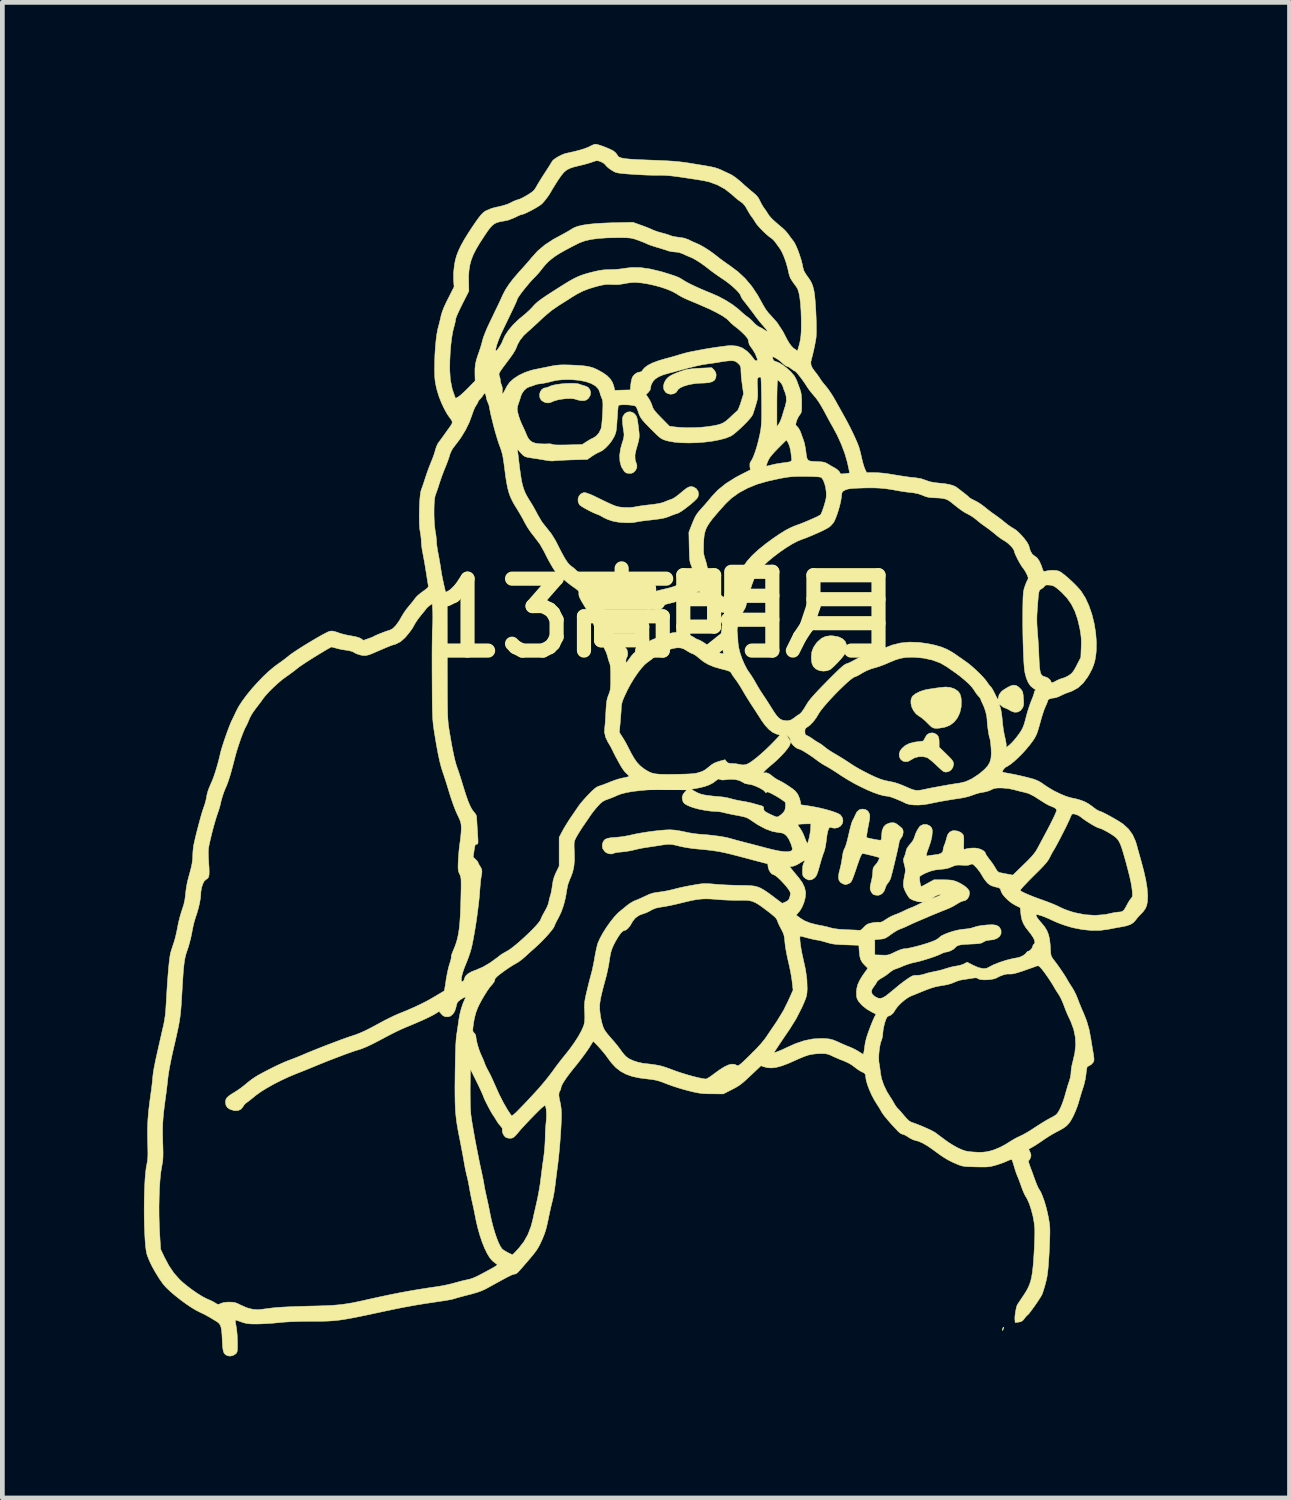
<source format=kicad_pcb>
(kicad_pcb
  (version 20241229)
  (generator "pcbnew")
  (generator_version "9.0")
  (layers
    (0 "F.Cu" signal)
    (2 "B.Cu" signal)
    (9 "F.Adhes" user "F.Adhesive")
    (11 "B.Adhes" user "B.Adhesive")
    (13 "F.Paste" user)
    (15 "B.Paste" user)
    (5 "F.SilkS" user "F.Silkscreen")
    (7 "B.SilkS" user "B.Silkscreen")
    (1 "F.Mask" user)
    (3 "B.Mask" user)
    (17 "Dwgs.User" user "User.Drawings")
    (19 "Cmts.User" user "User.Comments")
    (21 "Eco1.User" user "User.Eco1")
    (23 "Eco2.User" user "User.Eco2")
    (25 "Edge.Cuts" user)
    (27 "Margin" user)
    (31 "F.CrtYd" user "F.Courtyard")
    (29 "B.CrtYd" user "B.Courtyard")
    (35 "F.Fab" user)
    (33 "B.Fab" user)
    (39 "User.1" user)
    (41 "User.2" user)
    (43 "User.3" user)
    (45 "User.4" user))
  (footprint "13高明月"
    (layer "F.Cu")
    (at 10.957 10.046)
    (property "Reference" "13高明月" (at 0 0 0) (layer "F.SilkS") (effects (font (size 1.524 1.524) (thickness 0.3))))
    (attr through_hole)
    (fp_poly (pts (xy 7.262 15.036) (xy 7.252 15.067) (xy 7.247 15.079) (xy 7.236 15.098) (xy 7.232 15.088) (xy 7.24 15.051) (xy 7.247 15.037) (xy 7.26 15.024) (xy 7.262 15.036)) (stroke (width 0.01) (type solid)) (fill yes) (layer "F.SilkS"))
    (fp_poly (pts (xy 3.649 0.378) (xy 3.762 0.399) (xy 3.846 0.439) (xy 3.904 0.498) (xy 3.934 0.576) (xy 3.935 0.58) (xy 3.938 0.646) (xy 3.92 0.712) (xy 3.877 0.785) (xy 3.861 0.807) (xy 3.817 0.861) (xy 3.761 0.923) (xy 3.701 0.986) (xy 3.644 1.041) (xy 3.598 1.081) (xy 3.581 1.093) (xy 3.518 1.117) (xy 3.441 1.125) (xy 3.365 1.116) (xy 3.348 1.111) (xy 3.275 1.075) (xy 3.226 1.025) (xy 3.197 0.958) (xy 3.185 0.866) (xy 3.184 0.826) (xy 3.195 0.718) (xy 3.23 0.623) (xy 3.293 0.53) (xy 3.319 0.501) (xy 3.4 0.43) (xy 3.488 0.389) (xy 3.59 0.375) (xy 3.649 0.378)) (stroke (width 0.01) (type solid)) (fill yes) (layer "F.SilkS"))
    (fp_poly (pts (xy 1.122 -5.258) (xy 1.159 -5.203) (xy 1.168 -5.153) (xy 1.16 -5.088) (xy 1.134 -5.041) (xy 1.086 -5.008) (xy 1.013 -4.988) (xy 0.912 -4.979) (xy 0.86 -4.978) (xy 0.758 -4.973) (xy 0.656 -4.958) (xy 0.559 -4.937) (xy 0.474 -4.91) (xy 0.407 -4.879) (xy 0.364 -4.847) (xy 0.354 -4.83) (xy 0.319 -4.781) (xy 0.266 -4.751) (xy 0.203 -4.742) (xy 0.141 -4.756) (xy 0.095 -4.786) (xy 0.06 -4.843) (xy 0.051 -4.912) (xy 0.068 -4.986) (xy 0.108 -5.056) (xy 0.157 -5.106) (xy 0.22 -5.146) (xy 0.311 -5.188) (xy 0.424 -5.23) (xy 0.516 -5.26) (xy 0.565 -5.27) (xy 0.639 -5.28) (xy 0.727 -5.288) (xy 0.822 -5.294) (xy 0.838 -5.295) (xy 1.075 -5.305) (xy 1.122 -5.258)) (stroke (width 0.01) (type solid)) (fill yes) (layer "F.SilkS"))
    (fp_poly (pts (xy 6.122 1.469) (xy 6.204 1.495) (xy 6.235 1.511) (xy 6.295 1.553) (xy 6.333 1.605) (xy 6.355 1.674) (xy 6.363 1.743) (xy 6.36 1.882) (xy 6.331 2.008) (xy 6.279 2.118) (xy 6.206 2.208) (xy 6.115 2.275) (xy 6.007 2.315) (xy 5.989 2.318) (xy 5.898 2.333) (xy 5.831 2.338) (xy 5.781 2.332) (xy 5.739 2.313) (xy 5.697 2.277) (xy 5.652 2.231) (xy 5.595 2.175) (xy 5.534 2.123) (xy 5.481 2.086) (xy 5.474 2.083) (xy 5.406 2.033) (xy 5.352 1.965) (xy 5.314 1.888) (xy 5.295 1.808) (xy 5.296 1.733) (xy 5.32 1.669) (xy 5.334 1.651) (xy 5.399 1.6) (xy 5.489 1.556) (xy 5.595 1.522) (xy 5.668 1.508) (xy 5.754 1.495) (xy 5.849 1.481) (xy 5.914 1.472) (xy 6.028 1.461) (xy 6.122 1.469)) (stroke (width 0.01) (type solid)) (fill yes) (layer "F.SilkS"))
    (fp_poly (pts (xy -1.836 -4.973) (xy -1.766 -4.966) (xy -1.732 -4.957) (xy -1.675 -4.936) (xy -1.619 -4.92) (xy -1.613 -4.919) (xy -1.551 -4.892) (xy -1.51 -4.845) (xy -1.492 -4.785) (xy -1.499 -4.722) (xy -1.533 -4.663) (xy -1.54 -4.655) (xy -1.58 -4.622) (xy -1.624 -4.608) (xy -1.667 -4.606) (xy -1.728 -4.612) (xy -1.782 -4.626) (xy -1.795 -4.631) (xy -1.845 -4.645) (xy -1.918 -4.651) (xy -2.006 -4.649) (xy -2.097 -4.639) (xy -2.184 -4.624) (xy -2.257 -4.603) (xy -2.278 -4.595) (xy -2.345 -4.567) (xy -2.397 -4.558) (xy -2.446 -4.565) (xy -2.484 -4.58) (xy -2.538 -4.616) (xy -2.567 -4.669) (xy -2.574 -4.733) (xy -2.561 -4.79) (xy -2.529 -4.839) (xy -2.485 -4.871) (xy -2.455 -4.877) (xy -2.419 -4.884) (xy -2.37 -4.903) (xy -2.35 -4.913) (xy -2.295 -4.932) (xy -2.216 -4.948) (xy -2.123 -4.961) (xy -2.023 -4.97) (xy -1.924 -4.974) (xy -1.836 -4.973)) (stroke (width 0.01) (type solid)) (fill yes) (layer "F.SilkS"))
    (fp_poly (pts (xy -0.588 -4.349) (xy -0.553 -4.318) (xy -0.535 -4.295) (xy -0.521 -4.273) (xy -0.511 -4.245) (xy -0.501 -4.204) (xy -0.492 -4.146) (xy -0.481 -4.065) (xy -0.473 -3.996) (xy -0.465 -3.927) (xy -0.462 -3.872) (xy -0.464 -3.821) (xy -0.473 -3.766) (xy -0.49 -3.7) (xy -0.515 -3.612) (xy -0.527 -3.573) (xy -0.552 -3.456) (xy -0.549 -3.358) (xy -0.535 -3.311) (xy -0.512 -3.241) (xy -0.513 -3.185) (xy -0.539 -3.133) (xy -0.552 -3.117) (xy -0.588 -3.082) (xy -0.628 -3.067) (xy -0.669 -3.065) (xy -0.722 -3.07) (xy -0.759 -3.089) (xy -0.785 -3.117) (xy -0.841 -3.208) (xy -0.871 -3.32) (xy -0.877 -3.448) (xy -0.857 -3.588) (xy -0.828 -3.692) (xy -0.801 -3.777) (xy -0.787 -3.841) (xy -0.784 -3.89) (xy -0.786 -3.919) (xy -0.804 -4.036) (xy -0.814 -4.125) (xy -0.818 -4.191) (xy -0.815 -4.24) (xy -0.805 -4.276) (xy -0.804 -4.278) (xy -0.765 -4.334) (xy -0.71 -4.365) (xy -0.648 -4.371) (xy -0.588 -4.349)) (stroke (width 0.01) (type solid)) (fill yes) (layer "F.SilkS"))
    (fp_poly (pts (xy 5.798 2.445) (xy 5.846 2.473) (xy 5.875 2.511) (xy 5.89 2.568) (xy 5.893 2.636) (xy 5.893 2.735) (xy 6.045 2.883) (xy 6.109 2.946) (xy 6.152 2.992) (xy 6.178 3.025) (xy 6.192 3.053) (xy 6.197 3.08) (xy 6.198 3.098) (xy 6.184 3.164) (xy 6.147 3.218) (xy 6.095 3.253) (xy 6.035 3.265) (xy 5.991 3.255) (xy 5.968 3.239) (xy 5.926 3.204) (xy 5.874 3.156) (xy 5.827 3.111) (xy 5.765 3.054) (xy 5.706 3.005) (xy 5.656 2.968) (xy 5.63 2.954) (xy 5.549 2.936) (xy 5.458 2.939) (xy 5.37 2.963) (xy 5.306 2.999) (xy 5.239 3.037) (xy 5.176 3.045) (xy 5.121 3.029) (xy 5.078 2.993) (xy 5.052 2.943) (xy 5.046 2.883) (xy 5.065 2.818) (xy 5.1 2.768) (xy 5.172 2.703) (xy 5.26 2.658) (xy 5.371 2.63) (xy 5.406 2.625) (xy 5.469 2.617) (xy 5.519 2.611) (xy 5.546 2.608) (xy 5.547 2.608) (xy 5.564 2.594) (xy 5.585 2.557) (xy 5.593 2.54) (xy 5.632 2.476) (xy 5.688 2.44) (xy 5.754 2.433) (xy 5.798 2.445)) (stroke (width 0.01) (type solid)) (fill yes) (layer "F.SilkS"))
    (fp_poly (pts (xy 0.687 -2.777) (xy 0.746 -2.742) (xy 0.784 -2.687) (xy 0.796 -2.623) (xy 0.78 -2.558) (xy 0.778 -2.556) (xy 0.752 -2.523) (xy 0.704 -2.476) (xy 0.642 -2.422) (xy 0.571 -2.365) (xy 0.499 -2.31) (xy 0.433 -2.264) (xy 0.379 -2.231) (xy 0.348 -2.217) (xy 0.294 -2.201) (xy 0.227 -2.176) (xy 0.178 -2.156) (xy 0.137 -2.14) (xy 0.094 -2.126) (xy 0.045 -2.114) (xy -0.017 -2.103) (xy -0.097 -2.092) (xy -0.201 -2.079) (xy -0.322 -2.066) (xy -0.398 -2.056) (xy -0.47 -2.045) (xy -0.525 -2.035) (xy -0.533 -2.033) (xy -0.615 -2.021) (xy -0.723 -2.019) (xy -0.851 -2.026) (xy -0.916 -2.033) (xy -1.02 -2.053) (xy -1.128 -2.088) (xy -1.222 -2.132) (xy -1.253 -2.151) (xy -1.3 -2.177) (xy -1.338 -2.193) (xy -1.392 -2.213) (xy -1.46 -2.244) (xy -1.534 -2.281) (xy -1.606 -2.32) (xy -1.668 -2.356) (xy -1.712 -2.387) (xy -1.728 -2.401) (xy -1.756 -2.46) (xy -1.759 -2.523) (xy -1.74 -2.582) (xy -1.702 -2.629) (xy -1.648 -2.655) (xy -1.62 -2.659) (xy -1.583 -2.651) (xy -1.526 -2.631) (xy -1.455 -2.602) (xy -1.398 -2.575) (xy -1.269 -2.512) (xy -1.166 -2.462) (xy -1.085 -2.424) (xy -1.021 -2.396) (xy -0.97 -2.376) (xy -0.927 -2.363) (xy -0.887 -2.354) (xy -0.848 -2.349) (xy -0.803 -2.345) (xy -0.795 -2.344) (xy -0.669 -2.341) (xy -0.567 -2.352) (xy -0.558 -2.354) (xy -0.494 -2.366) (xy -0.413 -2.379) (xy -0.333 -2.389) (xy -0.33 -2.39) (xy -0.211 -2.403) (xy -0.119 -2.415) (xy -0.05 -2.426) (xy 0.003 -2.438) (xy 0.045 -2.45) (xy 0.083 -2.465) (xy 0.085 -2.466) (xy 0.141 -2.489) (xy 0.194 -2.508) (xy 0.209 -2.513) (xy 0.25 -2.529) (xy 0.302 -2.561) (xy 0.37 -2.612) (xy 0.458 -2.685) (xy 0.474 -2.699) (xy 0.54 -2.75) (xy 0.592 -2.778) (xy 0.639 -2.786) (xy 0.687 -2.777)) (stroke (width 0.01) (type solid)) (fill yes) (layer "F.SilkS"))
    (fp_poly (pts (xy 4.334 4.058) (xy 4.384 4.092) (xy 4.411 4.138) (xy 4.42 4.164) (xy 4.424 4.194) (xy 4.422 4.233) (xy 4.414 4.29) (xy 4.399 4.37) (xy 4.39 4.416) (xy 4.374 4.499) (xy 4.363 4.569) (xy 4.356 4.621) (xy 4.355 4.648) (xy 4.356 4.65) (xy 4.377 4.658) (xy 4.421 4.669) (xy 4.479 4.681) (xy 4.541 4.693) (xy 4.597 4.703) (xy 4.637 4.707) (xy 4.644 4.707) (xy 4.661 4.702) (xy 4.67 4.68) (xy 4.673 4.635) (xy 4.674 4.614) (xy 4.684 4.507) (xy 4.716 4.427) (xy 4.769 4.373) (xy 4.844 4.343) (xy 4.873 4.339) (xy 4.919 4.337) (xy 4.955 4.343) (xy 4.992 4.363) (xy 5.042 4.401) (xy 5.042 4.401) (xy 5.09 4.441) (xy 5.117 4.471) (xy 5.128 4.501) (xy 5.131 4.54) (xy 5.119 4.61) (xy 5.088 4.66) (xy 5.061 4.702) (xy 5.046 4.741) (xy 5.046 4.747) (xy 5.042 4.775) (xy 5.031 4.829) (xy 5.015 4.905) (xy 4.994 4.995) (xy 4.971 5.094) (xy 4.947 5.195) (xy 4.923 5.294) (xy 4.901 5.383) (xy 4.881 5.457) (xy 4.867 5.509) (xy 4.86 5.529) (xy 4.834 5.579) (xy 4.802 5.622) (xy 4.771 5.669) (xy 4.752 5.723) (xy 4.725 5.791) (xy 4.679 5.844) (xy 4.62 5.872) (xy 4.59 5.875) (xy 4.54 5.87) (xy 4.5 5.858) (xy 4.498 5.857) (xy 4.471 5.829) (xy 4.445 5.786) (xy 4.444 5.782) (xy 4.433 5.75) (xy 4.43 5.717) (xy 4.435 5.673) (xy 4.449 5.61) (xy 4.453 5.593) (xy 4.47 5.517) (xy 4.482 5.44) (xy 4.487 5.379) (xy 4.487 5.376) (xy 4.491 5.318) (xy 4.506 5.277) (xy 4.54 5.234) (xy 4.546 5.228) (xy 4.581 5.185) (xy 4.608 5.139) (xy 4.623 5.1) (xy 4.623 5.076) (xy 4.621 5.075) (xy 4.6 5.068) (xy 4.554 5.055) (xy 4.494 5.039) (xy 4.428 5.023) (xy 4.364 5.007) (xy 4.312 4.996) (xy 4.28 4.99) (xy 4.277 4.989) (xy 4.264 4.993) (xy 4.251 5.008) (xy 4.234 5.039) (xy 4.213 5.089) (xy 4.186 5.163) (xy 4.151 5.264) (xy 4.142 5.292) (xy 4.106 5.398) (xy 4.078 5.476) (xy 4.056 5.532) (xy 4.039 5.57) (xy 4.022 5.595) (xy 4.005 5.611) (xy 3.985 5.623) (xy 3.976 5.627) (xy 3.932 5.645) (xy 3.899 5.647) (xy 3.857 5.633) (xy 3.855 5.633) (xy 3.802 5.6) (xy 3.77 5.555) (xy 3.76 5.492) (xy 3.769 5.408) (xy 3.792 5.318) (xy 3.81 5.243) (xy 3.828 5.154) (xy 3.84 5.07) (xy 3.84 5.069) (xy 3.856 4.975) (xy 3.877 4.907) (xy 3.89 4.883) (xy 3.906 4.847) (xy 3.927 4.785) (xy 3.949 4.702) (xy 3.973 4.604) (xy 3.978 4.58) (xy 3.999 4.489) (xy 4.021 4.406) (xy 4.04 4.339) (xy 4.057 4.295) (xy 4.062 4.284) (xy 4.089 4.237) (xy 4.112 4.184) (xy 4.112 4.183) (xy 4.15 4.108) (xy 4.202 4.062) (xy 4.263 4.047) (xy 4.334 4.058)) (stroke (width 0.01) (type solid)) (fill yes) (layer "F.SilkS"))
    (fp_poly (pts (xy -1.352 -10.035) (xy -1.291 -10.017) (xy -1.219 -9.992) (xy -1.144 -9.962) (xy -1.075 -9.932) (xy -1.022 -9.905) (xy -1.002 -9.893) (xy -0.961 -9.857) (xy -0.931 -9.819) (xy -0.928 -9.812) (xy -0.916 -9.791) (xy -0.897 -9.774) (xy -0.87 -9.759) (xy -0.83 -9.747) (xy -0.775 -9.737) (xy -0.702 -9.728) (xy -0.606 -9.721) (xy -0.486 -9.714) (xy -0.338 -9.708) (xy -0.186 -9.702) (xy -0.011 -9.695) (xy 0.136 -9.688) (xy 0.261 -9.68) (xy 0.369 -9.67) (xy 0.467 -9.659) (xy 0.559 -9.646) (xy 0.61 -9.638) (xy 0.67 -9.628) (xy 0.753 -9.614) (xy 0.848 -9.599) (xy 0.94 -9.584) (xy 1.056 -9.563) (xy 1.147 -9.542) (xy 1.224 -9.516) (xy 1.278 -9.493) (xy 1.351 -9.458) (xy 1.424 -9.424) (xy 1.482 -9.397) (xy 1.53 -9.368) (xy 1.593 -9.323) (xy 1.661 -9.268) (xy 1.705 -9.23) (xy 1.775 -9.166) (xy 1.85 -9.101) (xy 1.917 -9.044) (xy 1.948 -9.019) (xy 2.015 -8.961) (xy 2.061 -8.905) (xy 2.094 -8.844) (xy 2.125 -8.78) (xy 2.161 -8.719) (xy 2.181 -8.69) (xy 2.22 -8.636) (xy 2.259 -8.575) (xy 2.269 -8.559) (xy 2.294 -8.523) (xy 2.328 -8.484) (xy 2.375 -8.436) (xy 2.44 -8.378) (xy 2.526 -8.304) (xy 2.577 -8.261) (xy 2.631 -8.21) (xy 2.682 -8.151) (xy 2.701 -8.126) (xy 2.744 -8.066) (xy 2.791 -8.004) (xy 2.807 -7.985) (xy 2.835 -7.939) (xy 2.869 -7.868) (xy 2.905 -7.781) (xy 2.939 -7.684) (xy 2.97 -7.587) (xy 2.993 -7.497) (xy 3.006 -7.431) (xy 3.026 -7.36) (xy 3.07 -7.284) (xy 3.092 -7.253) (xy 3.149 -7.173) (xy 3.188 -7.105) (xy 3.215 -7.035) (xy 3.237 -6.951) (xy 3.244 -6.913) (xy 3.255 -6.842) (xy 3.264 -6.747) (xy 3.273 -6.634) (xy 3.28 -6.511) (xy 3.286 -6.383) (xy 3.29 -6.257) (xy 3.291 -6.141) (xy 3.291 -6.04) (xy 3.287 -5.962) (xy 3.284 -5.927) (xy 3.261 -5.8) (xy 3.234 -5.67) (xy 3.205 -5.55) (xy 3.189 -5.492) (xy 3.174 -5.424) (xy 3.178 -5.364) (xy 3.203 -5.304) (xy 3.251 -5.235) (xy 3.265 -5.218) (xy 3.309 -5.161) (xy 3.351 -5.101) (xy 3.37 -5.072) (xy 3.402 -5.024) (xy 3.448 -4.965) (xy 3.496 -4.908) (xy 3.538 -4.855) (xy 3.589 -4.782) (xy 3.643 -4.698) (xy 3.693 -4.612) (xy 3.693 -4.612) (xy 3.746 -4.516) (xy 3.805 -4.411) (xy 3.861 -4.311) (xy 3.901 -4.239) (xy 3.956 -4.137) (xy 4.013 -4.026) (xy 4.068 -3.913) (xy 4.118 -3.806) (xy 4.159 -3.712) (xy 4.188 -3.639) (xy 4.191 -3.63) (xy 4.206 -3.579) (xy 4.225 -3.507) (xy 4.244 -3.426) (xy 4.252 -3.39) (xy 4.271 -3.31) (xy 4.293 -3.234) (xy 4.314 -3.173) (xy 4.322 -3.154) (xy 4.356 -3.082) (xy 4.508 -3.082) (xy 4.601 -3.079) (xy 4.707 -3.07) (xy 4.803 -3.058) (xy 4.815 -3.056) (xy 4.954 -3.033) (xy 5.065 -3.015) (xy 5.152 -3.002) (xy 5.22 -2.992) (xy 5.274 -2.984) (xy 5.318 -2.98) (xy 5.358 -2.976) (xy 5.385 -2.974) (xy 5.511 -2.953) (xy 5.605 -2.921) (xy 5.692 -2.89) (xy 5.788 -2.871) (xy 5.876 -2.861) (xy 6.008 -2.848) (xy 6.111 -2.83) (xy 6.19 -2.807) (xy 6.251 -2.778) (xy 6.272 -2.763) (xy 6.317 -2.728) (xy 6.375 -2.684) (xy 6.424 -2.646) (xy 6.472 -2.608) (xy 6.51 -2.575) (xy 6.529 -2.556) (xy 6.529 -2.556) (xy 6.549 -2.54) (xy 6.592 -2.516) (xy 6.646 -2.489) (xy 6.713 -2.454) (xy 6.788 -2.405) (xy 6.857 -2.353) (xy 6.86 -2.35) (xy 6.93 -2.294) (xy 7.008 -2.234) (xy 7.078 -2.185) (xy 7.15 -2.133) (xy 7.229 -2.073) (xy 7.29 -2.023) (xy 7.352 -1.974) (xy 7.417 -1.929) (xy 7.471 -1.896) (xy 7.472 -1.896) (xy 7.524 -1.862) (xy 7.584 -1.808) (xy 7.647 -1.743) (xy 7.706 -1.673) (xy 7.755 -1.606) (xy 7.788 -1.548) (xy 7.797 -1.521) (xy 7.826 -1.422) (xy 7.867 -1.352) (xy 7.918 -1.313) (xy 7.968 -1.276) (xy 8.015 -1.209) (xy 8.057 -1.116) (xy 8.078 -1.053) (xy 8.094 -1.008) (xy 8.11 -0.989) (xy 8.133 -0.99) (xy 8.135 -0.99) (xy 8.215 -1.007) (xy 8.301 -1.012) (xy 8.381 -1.007) (xy 8.439 -0.991) (xy 8.489 -0.96) (xy 8.554 -0.91) (xy 8.63 -0.846) (xy 8.709 -0.773) (xy 8.785 -0.699) (xy 8.852 -0.627) (xy 8.904 -0.565) (xy 8.905 -0.563) (xy 8.991 -0.426) (xy 9.066 -0.264) (xy 9.129 -0.082) (xy 9.177 0.111) (xy 9.21 0.311) (xy 9.225 0.508) (xy 9.222 0.698) (xy 9.213 0.785) (xy 9.195 0.895) (xy 9.168 0.991) (xy 9.13 1.085) (xy 9.076 1.188) (xy 9.037 1.253) (xy 8.943 1.38) (xy 8.835 1.478) (xy 8.712 1.546) (xy 8.653 1.568) (xy 8.582 1.593) (xy 8.506 1.626) (xy 8.469 1.645) (xy 8.411 1.671) (xy 8.358 1.689) (xy 8.33 1.693) (xy 8.275 1.7) (xy 8.229 1.715) (xy 8.2 1.736) (xy 8.196 1.748) (xy 8.189 1.773) (xy 8.171 1.819) (xy 8.146 1.874) (xy 8.121 1.934) (xy 8.093 2.016) (xy 8.064 2.107) (xy 8.044 2.179) (xy 8.013 2.292) (xy 7.987 2.379) (xy 7.964 2.447) (xy 7.939 2.502) (xy 7.912 2.551) (xy 7.887 2.589) (xy 7.819 2.681) (xy 7.74 2.777) (xy 7.654 2.872) (xy 7.566 2.96) (xy 7.481 3.038) (xy 7.403 3.1) (xy 7.339 3.142) (xy 7.312 3.154) (xy 7.285 3.173) (xy 7.258 3.205) (xy 7.238 3.238) (xy 7.235 3.261) (xy 7.236 3.263) (xy 7.257 3.27) (xy 7.302 3.28) (xy 7.363 3.291) (xy 7.378 3.294) (xy 7.487 3.314) (xy 7.615 3.342) (xy 7.75 3.374) (xy 7.88 3.409) (xy 7.905 3.417) (xy 7.973 3.443) (xy 8.041 3.479) (xy 8.066 3.495) (xy 8.128 3.539) (xy 8.201 3.587) (xy 8.275 3.632) (xy 8.334 3.666) (xy 8.34 3.669) (xy 8.474 3.733) (xy 8.585 3.779) (xy 8.671 3.805) (xy 8.678 3.807) (xy 8.8 3.833) (xy 8.897 3.861) (xy 8.977 3.892) (xy 9.051 3.932) (xy 9.126 3.984) (xy 9.175 4.022) (xy 9.225 4.058) (xy 9.272 4.084) (xy 9.293 4.092) (xy 9.334 4.107) (xy 9.395 4.136) (xy 9.471 4.175) (xy 9.554 4.221) (xy 9.638 4.269) (xy 9.714 4.315) (xy 9.775 4.355) (xy 9.796 4.37) (xy 9.905 4.47) (xy 9.991 4.589) (xy 10.055 4.731) (xy 10.084 4.827) (xy 10.1 4.889) (xy 10.123 4.971) (xy 10.149 5.063) (xy 10.169 5.133) (xy 10.227 5.35) (xy 10.271 5.545) (xy 10.299 5.716) (xy 10.311 5.86) (xy 10.312 5.897) (xy 10.307 6.006) (xy 10.291 6.091) (xy 10.26 6.162) (xy 10.21 6.229) (xy 10.173 6.267) (xy 10.125 6.317) (xy 10.082 6.367) (xy 10.061 6.395) (xy 10.012 6.451) (xy 9.948 6.492) (xy 9.863 6.522) (xy 9.76 6.543) (xy 9.669 6.558) (xy 9.571 6.577) (xy 9.484 6.594) (xy 9.475 6.596) (xy 9.309 6.618) (xy 9.124 6.62) (xy 8.928 6.601) (xy 8.73 6.562) (xy 8.677 6.548) (xy 8.571 6.516) (xy 8.461 6.478) (xy 8.362 6.438) (xy 8.305 6.412) (xy 8.22 6.372) (xy 8.137 6.337) (xy 8.063 6.309) (xy 8.002 6.291) (xy 7.962 6.283) (xy 7.949 6.286) (xy 7.949 6.31) (xy 7.974 6.355) (xy 8.025 6.42) (xy 8.061 6.461) (xy 8.127 6.541) (xy 8.176 6.621) (xy 8.211 6.708) (xy 8.234 6.809) (xy 8.247 6.931) (xy 8.252 7.014) (xy 8.256 7.086) (xy 8.262 7.136) (xy 8.274 7.173) (xy 8.297 7.211) (xy 8.333 7.259) (xy 8.334 7.26) (xy 8.387 7.33) (xy 8.444 7.41) (xy 8.5 7.492) (xy 8.551 7.569) (xy 8.59 7.632) (xy 8.607 7.662) (xy 8.629 7.701) (xy 8.664 7.757) (xy 8.703 7.818) (xy 8.707 7.823) (xy 8.75 7.896) (xy 8.794 7.984) (xy 8.828 8.067) (xy 8.829 8.069) (xy 8.858 8.147) (xy 8.896 8.239) (xy 8.935 8.332) (xy 8.952 8.368) (xy 9.019 8.538) (xy 9.071 8.719) (xy 9.108 8.915) (xy 9.119 8.987) (xy 9.134 9.077) (xy 9.149 9.169) (xy 9.155 9.201) (xy 9.168 9.28) (xy 9.174 9.333) (xy 9.174 9.369) (xy 9.168 9.395) (xy 9.159 9.413) (xy 9.113 9.463) (xy 9.042 9.502) (xy 9.035 9.505) (xy 9.026 9.523) (xy 9.017 9.567) (xy 9.009 9.628) (xy 9.007 9.653) (xy 8.991 9.767) (xy 8.962 9.889) (xy 8.944 9.948) (xy 8.914 10.04) (xy 8.882 10.145) (xy 8.854 10.242) (xy 8.85 10.258) (xy 8.821 10.347) (xy 8.782 10.448) (xy 8.74 10.543) (xy 8.727 10.569) (xy 8.684 10.647) (xy 8.642 10.708) (xy 8.595 10.758) (xy 8.535 10.803) (xy 8.457 10.849) (xy 8.378 10.89) (xy 8.303 10.931) (xy 8.215 10.984) (xy 8.132 11.038) (xy 8.107 11.055) (xy 8.036 11.104) (xy 7.965 11.151) (xy 7.904 11.19) (xy 7.882 11.202) (xy 7.836 11.228) (xy 7.803 11.247) (xy 7.793 11.253) (xy 7.797 11.268) (xy 7.812 11.301) (xy 7.814 11.305) (xy 7.832 11.348) (xy 7.84 11.383) (xy 7.834 11.419) (xy 7.818 11.459) (xy 7.799 11.49) (xy 7.787 11.498) (xy 7.786 11.512) (xy 7.795 11.55) (xy 7.813 11.604) (xy 7.816 11.612) (xy 7.841 11.68) (xy 7.873 11.765) (xy 7.905 11.855) (xy 7.92 11.896) (xy 7.948 11.97) (xy 7.975 12.036) (xy 7.998 12.084) (xy 8.01 12.103) (xy 8.046 12.162) (xy 8.083 12.249) (xy 8.121 12.355) (xy 8.157 12.475) (xy 8.188 12.601) (xy 8.214 12.726) (xy 8.232 12.845) (xy 8.238 12.904) (xy 8.24 12.962) (xy 8.24 13.046) (xy 8.237 13.151) (xy 8.233 13.27) (xy 8.227 13.396) (xy 8.223 13.479) (xy 8.214 13.619) (xy 8.206 13.732) (xy 8.197 13.823) (xy 8.188 13.898) (xy 8.178 13.963) (xy 8.165 14.025) (xy 8.149 14.089) (xy 8.146 14.101) (xy 8.123 14.182) (xy 8.1 14.257) (xy 8.08 14.316) (xy 8.067 14.345) (xy 8.044 14.385) (xy 8.009 14.44) (xy 7.966 14.505) (xy 7.919 14.573) (xy 7.872 14.638) (xy 7.829 14.696) (xy 7.795 14.74) (xy 7.774 14.763) (xy 7.77 14.766) (xy 7.753 14.779) (xy 7.724 14.811) (xy 7.704 14.838) (xy 7.667 14.883) (xy 7.632 14.907) (xy 7.586 14.918) (xy 7.578 14.919) (xy 7.504 14.928) (xy 7.498 14.86) (xy 7.498 14.81) (xy 7.505 14.743) (xy 7.517 14.671) (xy 7.531 14.605) (xy 7.546 14.559) (xy 7.55 14.551) (xy 7.563 14.53) (xy 7.592 14.487) (xy 7.631 14.429) (xy 7.674 14.365) (xy 7.727 14.284) (xy 7.77 14.208) (xy 7.804 14.133) (xy 7.832 14.053) (xy 7.853 13.963) (xy 7.87 13.857) (xy 7.884 13.731) (xy 7.896 13.579) (xy 7.902 13.487) (xy 7.909 13.364) (xy 7.914 13.242) (xy 7.918 13.13) (xy 7.92 13.034) (xy 7.92 12.961) (xy 7.919 12.937) (xy 7.905 12.806) (xy 7.88 12.669) (xy 7.845 12.536) (xy 7.805 12.414) (xy 7.76 12.312) (xy 7.729 12.259) (xy 7.704 12.215) (xy 7.675 12.15) (xy 7.646 12.076) (xy 7.636 12.047) (xy 7.609 11.971) (xy 7.582 11.898) (xy 7.559 11.841) (xy 7.552 11.827) (xy 7.532 11.776) (xy 7.508 11.707) (xy 7.486 11.632) (xy 7.483 11.623) (xy 7.464 11.559) (xy 7.447 11.508) (xy 7.435 11.479) (xy 7.433 11.475) (xy 7.413 11.475) (xy 7.373 11.488) (xy 7.335 11.505) (xy 7.277 11.53) (xy 7.201 11.559) (xy 7.12 11.585) (xy 7.095 11.593) (xy 7.035 11.609) (xy 6.983 11.621) (xy 6.933 11.628) (xy 6.875 11.632) (xy 6.803 11.632) (xy 6.707 11.631) (xy 6.667 11.63) (xy 6.564 11.627) (xy 6.487 11.624) (xy 6.429 11.619) (xy 6.383 11.611) (xy 6.341 11.599) (xy 6.296 11.582) (xy 6.257 11.566) (xy 6.165 11.525) (xy 6.083 11.483) (xy 6.002 11.435) (xy 5.914 11.376) (xy 5.811 11.301) (xy 5.784 11.281) (xy 5.659 11.193) (xy 5.551 11.129) (xy 5.456 11.087) (xy 5.383 11.068) (xy 5.335 11.052) (xy 5.276 11.022) (xy 5.239 10.998) (xy 5.188 10.966) (xy 5.142 10.944) (xy 5.119 10.939) (xy 5.084 10.926) (xy 5.037 10.89) (xy 5.006 10.858) (xy 4.886 10.73) (xy 4.793 10.623) (xy 4.724 10.539) (xy 4.68 10.476) (xy 4.671 10.46) (xy 4.642 10.408) (xy 4.603 10.345) (xy 4.571 10.296) (xy 4.516 10.206) (xy 4.462 10.103) (xy 4.414 9.995) (xy 4.375 9.891) (xy 4.349 9.801) (xy 4.341 9.754) (xy 4.334 9.696) (xy 4.324 9.662) (xy 4.305 9.641) (xy 4.272 9.624) (xy 4.26 9.619) (xy 4.206 9.59) (xy 4.146 9.549) (xy 4.116 9.526) (xy 4.051 9.476) (xy 3.982 9.434) (xy 3.899 9.395) (xy 3.807 9.358) (xy 3.769 9.343) (xy 4.613 9.343) (xy 4.617 9.411) (xy 4.62 9.426) (xy 4.63 9.486) (xy 4.641 9.563) (xy 4.649 9.635) (xy 4.672 9.759) (xy 4.719 9.894) (xy 4.784 10.031) (xy 4.843 10.128) (xy 4.883 10.189) (xy 4.92 10.25) (xy 4.941 10.288) (xy 4.972 10.339) (xy 5.005 10.381) (xy 5.013 10.389) (xy 5.04 10.417) (xy 5.082 10.463) (xy 5.13 10.52) (xy 5.15 10.544) (xy 5.211 10.613) (xy 5.26 10.658) (xy 5.305 10.683) (xy 5.313 10.686) (xy 5.386 10.711) (xy 5.471 10.744) (xy 5.562 10.782) (xy 5.649 10.82) (xy 5.725 10.856) (xy 5.783 10.887) (xy 5.81 10.903) (xy 5.849 10.932) (xy 5.907 10.976) (xy 5.973 11.025) (xy 6.013 11.055) (xy 6.093 11.112) (xy 6.184 11.169) (xy 6.27 11.217) (xy 6.299 11.232) (xy 6.379 11.268) (xy 6.446 11.291) (xy 6.513 11.304) (xy 6.596 11.313) (xy 6.716 11.32) (xy 6.815 11.319) (xy 6.902 11.309) (xy 6.989 11.289) (xy 7.068 11.264) (xy 7.185 11.215) (xy 7.305 11.151) (xy 7.356 11.118) (xy 7.432 11.071) (xy 7.511 11.025) (xy 7.582 10.99) (xy 7.606 10.979) (xy 7.661 10.953) (xy 7.735 10.912) (xy 7.818 10.863) (xy 7.901 10.809) (xy 7.911 10.802) (xy 7.999 10.745) (xy 8.091 10.687) (xy 8.177 10.636) (xy 8.247 10.597) (xy 8.249 10.596) (xy 8.316 10.561) (xy 8.361 10.532) (xy 8.393 10.502) (xy 8.42 10.463) (xy 8.451 10.407) (xy 8.451 10.406) (xy 8.482 10.34) (xy 8.515 10.253) (xy 8.547 10.158) (xy 8.568 10.084) (xy 8.593 9.997) (xy 8.617 9.913) (xy 8.64 9.843) (xy 8.655 9.8) (xy 8.674 9.731) (xy 8.686 9.655) (xy 8.687 9.63) (xy 8.692 9.568) (xy 8.704 9.49) (xy 8.722 9.415) (xy 8.767 9.222) (xy 8.786 9.046) (xy 8.778 8.879) (xy 8.744 8.715) (xy 8.682 8.547) (xy 8.64 8.458) (xy 8.61 8.394) (xy 8.576 8.312) (xy 8.544 8.228) (xy 8.536 8.205) (xy 8.505 8.128) (xy 8.47 8.052) (xy 8.437 7.992) (xy 8.427 7.977) (xy 8.388 7.918) (xy 8.345 7.848) (xy 8.316 7.798) (xy 8.277 7.733) (xy 8.228 7.658) (xy 8.174 7.579) (xy 8.121 7.505) (xy 8.073 7.443) (xy 8.036 7.401) (xy 8.027 7.392) (xy 7.998 7.371) (xy 7.97 7.37) (xy 7.937 7.382) (xy 7.9 7.396) (xy 7.84 7.417) (xy 7.763 7.444) (xy 7.679 7.474) (xy 7.665 7.479) (xy 7.562 7.512) (xy 7.486 7.533) (xy 7.432 7.543) (xy 7.395 7.543) (xy 7.392 7.543) (xy 7.331 7.543) (xy 7.255 7.561) (xy 7.173 7.592) (xy 7.114 7.624) (xy 7.066 7.643) (xy 6.999 7.657) (xy 6.922 7.665) (xy 6.845 7.667) (xy 6.778 7.661) (xy 6.731 7.649) (xy 6.719 7.642) (xy 6.699 7.629) (xy 6.672 7.624) (xy 6.63 7.627) (xy 6.566 7.637) (xy 6.494 7.648) (xy 6.425 7.659) (xy 6.375 7.666) (xy 6.32 7.678) (xy 6.254 7.701) (xy 6.222 7.715) (xy 6.153 7.743) (xy 6.074 7.766) (xy 6.04 7.773) (xy 5.964 7.786) (xy 5.883 7.8) (xy 5.85 7.806) (xy 5.796 7.819) (xy 5.721 7.842) (xy 5.637 7.872) (xy 5.566 7.9) (xy 5.485 7.933) (xy 5.408 7.965) (xy 5.345 7.99) (xy 5.309 8.004) (xy 5.24 8.038) (xy 5.163 8.092) (xy 5.087 8.157) (xy 5.019 8.226) (xy 4.971 8.289) (xy 4.961 8.306) (xy 4.916 8.375) (xy 4.86 8.419) (xy 4.807 8.439) (xy 4.787 8.46) (xy 4.764 8.506) (xy 4.742 8.571) (xy 4.723 8.645) (xy 4.708 8.721) (xy 4.7 8.792) (xy 4.7 8.797) (xy 4.694 8.862) (xy 4.68 8.921) (xy 4.67 8.95) (xy 4.651 9.001) (xy 4.636 9.077) (xy 4.623 9.165) (xy 4.615 9.257) (xy 4.613 9.343) (xy 3.769 9.343) (xy 3.734 9.328) (xy 3.658 9.295) (xy 3.613 9.273) (xy 3.55 9.246) (xy 3.488 9.232) (xy 3.41 9.229) (xy 3.41 9.229) (xy 3.304 9.232) (xy 3.212 9.242) (xy 3.124 9.26) (xy 3.033 9.291) (xy 2.927 9.335) (xy 2.85 9.37) (xy 2.694 9.439) (xy 2.56 9.489) (xy 2.446 9.52) (xy 2.347 9.533) (xy 2.259 9.529) (xy 2.181 9.509) (xy 2.117 9.487) (xy 1.9 9.693) (xy 1.815 9.772) (xy 1.748 9.832) (xy 1.69 9.879) (xy 1.635 9.917) (xy 1.576 9.952) (xy 1.505 9.989) (xy 1.5 9.992) (xy 1.318 10.084) (xy 1.078 10.082) (xy 0.979 10.081) (xy 0.9 10.077) (xy 0.83 10.07) (xy 0.757 10.057) (xy 0.671 10.039) (xy 0.584 10.017) (xy 0.472 9.987) (xy 0.349 9.95) (xy 0.23 9.911) (xy 0.128 9.874) (xy 0.119 9.87) (xy 0.021 9.832) (xy -0.058 9.806) (xy -0.128 9.789) (xy -0.2 9.777) (xy -0.271 9.769) (xy -0.454 9.746) (xy -0.61 9.713) (xy -0.742 9.666) (xy -0.857 9.604) (xy -0.959 9.524) (xy -1.053 9.423) (xy -1.136 9.312) (xy -1.171 9.263) (xy -1.217 9.206) (xy -1.268 9.146) (xy -1.32 9.087) (xy -1.368 9.035) (xy -1.407 8.996) (xy -1.432 8.975) (xy -1.439 8.973) (xy -1.452 8.99) (xy -1.475 9.027) (xy -1.485 9.044) (xy -1.519 9.099) (xy -1.569 9.173) (xy -1.63 9.258) (xy -1.697 9.347) (xy -1.764 9.434) (xy -1.825 9.51) (xy -1.828 9.513) (xy -1.906 9.61) (xy -1.976 9.702) (xy -2.035 9.786) (xy -2.08 9.858) (xy -2.108 9.911) (xy -2.117 9.941) (xy -2.126 9.988) (xy -2.142 10.017) (xy -2.161 10.059) (xy -2.165 10.116) (xy -2.154 10.193) (xy -2.14 10.251) (xy -2.126 10.322) (xy -2.115 10.408) (xy -2.11 10.49) (xy -2.111 10.581) (xy -2.115 10.697) (xy -2.122 10.833) (xy -2.132 10.981) (xy -2.143 11.134) (xy -2.156 11.284) (xy -2.17 11.425) (xy -2.184 11.549) (xy -2.199 11.662) (xy -2.215 11.786) (xy -2.23 11.906) (xy -2.242 12.009) (xy -2.244 12.023) (xy -2.257 12.118) (xy -2.273 12.214) (xy -2.29 12.299) (xy -2.303 12.353) (xy -2.318 12.413) (xy -2.338 12.496) (xy -2.359 12.594) (xy -2.381 12.696) (xy -2.388 12.734) (xy -2.415 12.856) (xy -2.44 12.956) (xy -2.468 13.044) (xy -2.503 13.131) (xy -2.526 13.185) (xy -2.556 13.251) (xy -2.584 13.306) (xy -2.613 13.357) (xy -2.647 13.408) (xy -2.69 13.465) (xy -2.745 13.533) (xy -2.817 13.618) (xy -2.875 13.685) (xy -2.944 13.765) (xy -2.995 13.823) (xy -3.032 13.862) (xy -3.059 13.885) (xy -3.08 13.897) (xy -3.098 13.902) (xy -3.107 13.902) (xy -3.124 13.905) (xy -3.152 13.915) (xy -3.192 13.933) (xy -3.248 13.961) (xy -3.322 14) (xy -3.417 14.052) (xy -3.536 14.117) (xy -3.681 14.197) (xy -3.71 14.213) (xy -3.789 14.25) (xy -3.892 14.288) (xy -4.023 14.326) (xy -4.083 14.341) (xy -4.176 14.365) (xy -4.26 14.388) (xy -4.329 14.407) (xy -4.375 14.421) (xy -4.389 14.425) (xy -4.424 14.435) (xy -4.484 14.447) (xy -4.558 14.46) (xy -4.617 14.469) (xy -4.824 14.5) (xy -5.004 14.527) (xy -5.164 14.553) (xy -5.311 14.579) (xy -5.452 14.605) (xy -5.595 14.633) (xy -5.745 14.665) (xy -5.791 14.674) (xy -6.006 14.72) (xy -6.191 14.76) (xy -6.35 14.793) (xy -6.487 14.821) (xy -6.606 14.843) (xy -6.71 14.861) (xy -6.803 14.875) (xy -6.889 14.885) (xy -6.972 14.892) (xy -7.054 14.897) (xy -7.141 14.9) (xy -7.234 14.901) (xy -7.339 14.901) (xy -7.388 14.901) (xy -7.613 14.903) (xy -7.81 14.909) (xy -7.983 14.919) (xy -8.112 14.931) (xy -8.225 14.942) (xy -8.345 14.95) (xy -8.46 14.956) (xy -8.558 14.959) (xy -8.585 14.959) (xy -8.678 14.958) (xy -8.747 14.953) (xy -8.803 14.943) (xy -8.858 14.928) (xy -8.898 14.914) (xy -8.955 14.893) (xy -8.999 14.879) (xy -9.021 14.875) (xy -9.022 14.875) (xy -9.021 14.893) (xy -9.016 14.936) (xy -9.005 14.996) (xy -9.001 15.02) (xy -8.99 15.097) (xy -8.981 15.194) (xy -8.976 15.295) (xy -8.975 15.357) (xy -8.975 15.443) (xy -8.977 15.502) (xy -8.982 15.54) (xy -8.991 15.565) (xy -9.005 15.584) (xy -9.014 15.592) (xy -9.069 15.626) (xy -9.132 15.64) (xy -9.186 15.631) (xy -9.223 15.612) (xy -9.249 15.589) (xy -9.268 15.555) (xy -9.281 15.505) (xy -9.29 15.434) (xy -9.296 15.336) (xy -9.298 15.292) (xy -9.304 15.177) (xy -9.312 15.09) (xy -9.324 15.026) (xy -9.342 14.98) (xy -9.366 14.945) (xy -9.398 14.918) (xy -9.41 14.91) (xy -9.551 14.824) (xy -9.671 14.757) (xy -9.762 14.714) (xy -9.851 14.669) (xy -9.956 14.606) (xy -10.069 14.53) (xy -10.186 14.444) (xy -10.298 14.355) (xy -10.4 14.268) (xy -10.486 14.186) (xy -10.549 14.115) (xy -10.552 14.111) (xy -10.634 13.994) (xy -10.712 13.867) (xy -10.784 13.739) (xy -10.843 13.616) (xy -10.885 13.509) (xy -10.895 13.478) (xy -10.91 13.405) (xy -10.923 13.304) (xy -10.933 13.178) (xy -10.941 13.033) (xy -10.947 12.874) (xy -10.951 12.704) (xy -10.952 12.53) (xy -10.951 12.463) (xy -10.638 12.463) (xy -10.637 12.673) (xy -10.631 12.886) (xy -10.621 13.085) (xy -10.603 13.376) (xy -10.528 13.535) (xy -10.429 13.722) (xy -10.321 13.881) (xy -10.201 14.016) (xy -10.145 14.069) (xy -10.045 14.152) (xy -9.937 14.234) (xy -9.828 14.309) (xy -9.725 14.373) (xy -9.635 14.421) (xy -9.599 14.437) (xy -9.536 14.464) (xy -9.48 14.493) (xy -9.451 14.51) (xy -9.409 14.537) (xy -9.377 14.543) (xy -9.339 14.53) (xy -9.32 14.52) (xy -9.269 14.505) (xy -9.195 14.496) (xy -9.149 14.495) (xy -9.081 14.497) (xy -9.028 14.505) (xy -8.975 14.524) (xy -8.909 14.557) (xy -8.908 14.557) (xy -8.78 14.614) (xy -8.657 14.647) (xy -8.547 14.656) (xy -8.517 14.654) (xy -8.47 14.649) (xy -8.399 14.64) (xy -8.314 14.629) (xy -8.238 14.619) (xy -8.159 14.611) (xy -8.05 14.603) (xy -7.917 14.596) (xy -7.765 14.59) (xy -7.596 14.584) (xy -7.451 14.58) (xy -7.27 14.576) (xy -7.117 14.571) (xy -6.986 14.565) (xy -6.869 14.556) (xy -6.761 14.545) (xy -6.657 14.53) (xy -6.548 14.512) (xy -6.43 14.488) (xy -6.295 14.459) (xy -6.236 14.445) (xy -5.983 14.389) (xy -5.756 14.341) (xy -5.546 14.299) (xy -5.345 14.262) (xy -5.147 14.228) (xy -4.943 14.196) (xy -4.727 14.164) (xy -4.724 14.164) (xy -4.624 14.147) (xy -4.513 14.124) (xy -4.408 14.098) (xy -4.377 14.089) (xy -4.292 14.066) (xy -4.206 14.043) (xy -4.131 14.026) (xy -4.104 14.02) (xy -4.054 14.009) (xy -4.002 13.992) (xy -3.942 13.968) (xy -3.87 13.934) (xy -3.782 13.888) (xy -3.671 13.828) (xy -3.618 13.799) (xy -3.546 13.759) (xy -3.5 13.73) (xy -3.477 13.711) (xy -3.473 13.698) (xy -3.481 13.691) (xy -3.511 13.67) (xy -3.554 13.636) (xy -3.577 13.616) (xy -3.629 13.555) (xy -3.684 13.465) (xy -3.739 13.352) (xy -3.792 13.219) (xy -3.841 13.072) (xy -3.885 12.916) (xy -3.922 12.755) (xy -3.929 12.717) (xy -3.947 12.628) (xy -3.968 12.522) (xy -3.991 12.418) (xy -4.002 12.37) (xy -4.022 12.278) (xy -4.041 12.182) (xy -4.057 12.097) (xy -4.064 12.057) (xy -4.079 11.972) (xy -4.099 11.879) (xy -4.116 11.811) (xy -4.133 11.738) (xy -4.152 11.647) (xy -4.169 11.556) (xy -4.173 11.531) (xy -4.185 11.462) (xy -4.202 11.368) (xy -4.223 11.258) (xy -4.245 11.142) (xy -4.265 11.04) (xy -4.291 10.911) (xy -4.312 10.795) (xy -4.329 10.688) (xy -4.342 10.586) (xy -4.353 10.482) (xy -4.36 10.372) (xy -4.364 10.251) (xy -4.366 10.114) (xy -4.366 10.072) (xy -4.044 10.072) (xy -4.043 10.196) (xy -4.041 10.313) (xy -4.037 10.413) (xy -4.032 10.49) (xy -4.031 10.507) (xy -4.021 10.58) (xy -4.006 10.681) (xy -3.985 10.804) (xy -3.961 10.942) (xy -3.934 11.091) (xy -3.904 11.245) (xy -3.874 11.398) (xy -3.845 11.544) (xy -3.816 11.678) (xy -3.809 11.709) (xy -3.79 11.799) (xy -3.772 11.884) (xy -3.758 11.955) (xy -3.75 12.003) (xy -3.75 12.006) (xy -3.742 12.054) (xy -3.728 12.125) (xy -3.71 12.207) (xy -3.697 12.268) (xy -3.675 12.366) (xy -3.652 12.473) (xy -3.632 12.573) (xy -3.624 12.615) (xy -3.595 12.752) (xy -3.561 12.888) (xy -3.523 13.018) (xy -3.483 13.136) (xy -3.443 13.237) (xy -3.404 13.315) (xy -3.37 13.366) (xy -3.369 13.367) (xy -3.341 13.389) (xy -3.296 13.418) (xy -3.244 13.447) (xy -3.194 13.472) (xy -3.158 13.487) (xy -3.147 13.489) (xy -3.131 13.477) (xy -3.098 13.444) (xy -3.054 13.397) (xy -3.017 13.357) (xy -2.908 13.218) (xy -2.821 13.064) (xy -2.754 12.888) (xy -2.716 12.742) (xy -2.696 12.648) (xy -2.67 12.536) (xy -2.644 12.421) (xy -2.625 12.336) (xy -2.602 12.225) (xy -2.579 12.099) (xy -2.559 11.975) (xy -2.549 11.893) (xy -2.535 11.783) (xy -2.519 11.656) (xy -2.502 11.53) (xy -2.489 11.445) (xy -2.476 11.339) (xy -2.465 11.224) (xy -2.458 11.115) (xy -2.455 11.035) (xy -2.453 10.936) (xy -2.448 10.828) (xy -2.44 10.728) (xy -2.436 10.692) (xy -2.428 10.589) (xy -2.427 10.493) (xy -2.433 10.411) (xy -2.445 10.352) (xy -2.454 10.332) (xy -2.466 10.331) (xy -2.494 10.349) (xy -2.538 10.387) (xy -2.6 10.447) (xy -2.683 10.53) (xy -2.696 10.544) (xy -2.773 10.623) (xy -2.847 10.701) (xy -2.912 10.771) (xy -2.964 10.827) (xy -2.994 10.863) (xy -3.052 10.931) (xy -3.094 10.977) (xy -3.127 11.005) (xy -3.156 11.019) (xy -3.187 11.023) (xy -3.196 11.024) (xy -3.246 11.019) (xy -3.286 11.006) (xy -3.286 11.006) (xy -3.323 10.972) (xy -3.351 10.922) (xy -3.365 10.87) (xy -3.363 10.847) (xy -3.366 10.807) (xy -3.397 10.768) (xy -3.432 10.728) (xy -3.47 10.675) (xy -3.484 10.651) (xy -3.514 10.602) (xy -3.539 10.562) (xy -3.549 10.549) (xy -3.571 10.516) (xy -3.604 10.46) (xy -3.642 10.391) (xy -3.681 10.316) (xy -3.717 10.245) (xy -3.745 10.185) (xy -3.76 10.147) (xy -3.774 10.111) (xy -3.8 10.051) (xy -3.835 9.974) (xy -3.877 9.886) (xy -3.909 9.821) (xy -4.039 9.559) (xy -4.044 9.948) (xy -4.044 10.072) (xy -4.366 10.072) (xy -4.367 9.956) (xy -4.365 9.773) (xy -4.364 9.652) (xy -4.361 9.458) (xy -4.358 9.295) (xy -4.354 9.159) (xy -4.35 9.047) (xy -4.344 8.956) (xy -4.338 8.882) (xy -4.33 8.821) (xy -4.329 8.814) (xy -4.317 8.74) (xy -3.989 8.74) (xy -3.984 8.762) (xy -3.973 8.778) (xy -3.963 8.788) (xy -3.937 8.82) (xy -3.926 8.843) (xy -3.922 8.876) (xy -3.918 8.907) (xy -3.906 8.973) (xy -3.884 9.058) (xy -3.856 9.147) (xy -3.826 9.227) (xy -3.806 9.271) (xy -3.777 9.334) (xy -3.751 9.397) (xy -3.742 9.423) (xy -3.723 9.473) (xy -3.692 9.538) (xy -3.659 9.601) (xy -3.624 9.666) (xy -3.584 9.749) (xy -3.544 9.837) (xy -3.525 9.881) (xy -3.431 10.091) (xy -3.34 10.27) (xy -3.252 10.422) (xy -3.192 10.512) (xy -3.164 10.55) (xy -3.115 10.515) (xy -3.09 10.493) (xy -3.045 10.45) (xy -2.986 10.389) (xy -2.915 10.316) (xy -2.837 10.234) (xy -2.787 10.18) (xy -2.679 10.064) (xy -2.589 9.965) (xy -2.513 9.876) (xy -2.443 9.792) (xy -2.375 9.706) (xy -2.302 9.61) (xy -2.234 9.516) (xy -2.178 9.441) (xy -2.115 9.36) (xy -2.058 9.289) (xy -2.047 9.276) (xy -1.936 9.136) (xy -1.837 8.998) (xy -1.753 8.868) (xy -1.688 8.75) (xy -1.643 8.649) (xy -1.631 8.611) (xy -1.619 8.548) (xy -1.615 8.468) (xy -1.617 8.364) (xy -1.619 8.34) (xy -1.622 8.26) (xy -1.622 8.254) (xy -1.301 8.254) (xy -1.299 8.306) (xy -1.284 8.434) (xy -1.26 8.556) (xy -1.228 8.661) (xy -1.202 8.72) (xy -1.177 8.758) (xy -1.136 8.813) (xy -1.084 8.874) (xy -1.052 8.911) (xy -0.992 8.979) (xy -0.933 9.051) (xy -0.883 9.115) (xy -0.866 9.139) (xy -0.822 9.2) (xy -0.775 9.257) (xy -0.741 9.293) (xy -0.677 9.339) (xy -0.589 9.38) (xy -0.486 9.413) (xy -0.378 9.436) (xy -0.339 9.44) (xy -0.206 9.455) (xy -0.097 9.471) (xy -0.000392 9.491) (xy 0.093 9.519) (xy 0.193 9.555) (xy 0.225 9.567) (xy 0.332 9.607) (xy 0.451 9.646) (xy 0.576 9.684) (xy 0.697 9.717) (xy 0.808 9.744) (xy 0.901 9.762) (xy 0.95 9.768) (xy 0.975 9.759) (xy 1.018 9.734) (xy 1.074 9.695) (xy 1.111 9.667) (xy 1.235 9.577) (xy 1.339 9.511) (xy 1.427 9.47) (xy 1.499 9.452) (xy 1.56 9.457) (xy 1.599 9.475) (xy 1.613 9.483) (xy 1.628 9.485) (xy 1.646 9.479) (xy 1.671 9.462) (xy 1.708 9.431) (xy 1.759 9.384) (xy 1.828 9.317) (xy 1.886 9.261) (xy 1.937 9.21) (xy 2.394 9.21) (xy 2.394 9.212) (xy 2.421 9.205) (xy 2.469 9.187) (xy 2.53 9.163) (xy 2.593 9.135) (xy 2.647 9.109) (xy 2.848 9.018) (xy 3.036 8.955) (xy 3.219 8.918) (xy 3.402 8.908) (xy 3.487 8.911) (xy 3.57 8.92) (xy 3.641 8.938) (xy 3.718 8.968) (xy 3.753 8.984) (xy 3.831 9.02) (xy 3.915 9.056) (xy 3.986 9.085) (xy 3.993 9.087) (xy 4.067 9.119) (xy 4.143 9.159) (xy 4.188 9.185) (xy 4.235 9.216) (xy 4.271 9.237) (xy 4.285 9.244) (xy 4.291 9.229) (xy 4.3 9.188) (xy 4.309 9.127) (xy 4.314 9.089) (xy 4.328 8.997) (xy 4.351 8.902) (xy 4.386 8.794) (xy 4.419 8.704) (xy 4.452 8.618) (xy 4.483 8.542) (xy 4.51 8.481) (xy 4.528 8.442) (xy 4.532 8.436) (xy 4.549 8.406) (xy 4.552 8.392) (xy 4.535 8.383) (xy 4.497 8.364) (xy 4.47 8.351) (xy 4.359 8.286) (xy 4.263 8.209) (xy 4.191 8.128) (xy 4.163 8.084) (xy 4.148 8.044) (xy 4.142 7.996) (xy 4.141 7.935) (xy 4.142 7.921) (xy 4.458 7.921) (xy 4.477 7.971) (xy 4.529 8.018) (xy 4.547 8.029) (xy 4.599 8.054) (xy 4.649 8.06) (xy 4.702 8.045) (xy 4.765 8.007) (xy 4.828 7.957) (xy 4.894 7.903) (xy 4.962 7.847) (xy 5.018 7.8) (xy 5.032 7.788) (xy 5.088 7.744) (xy 5.156 7.693) (xy 5.224 7.645) (xy 5.284 7.606) (xy 5.328 7.583) (xy 5.368 7.572) (xy 5.414 7.57) (xy 5.424 7.571) (xy 5.489 7.566) (xy 5.552 7.553) (xy 5.574 7.546) (xy 5.621 7.53) (xy 5.688 7.513) (xy 5.762 7.497) (xy 5.777 7.494) (xy 5.863 7.476) (xy 5.956 7.453) (xy 6.034 7.428) (xy 6.037 7.428) (xy 6.114 7.404) (xy 6.196 7.384) (xy 6.257 7.374) (xy 6.325 7.361) (xy 6.39 7.341) (xy 6.422 7.327) (xy 6.486 7.292) (xy 6.611 7.356) (xy 6.722 7.405) (xy 6.816 7.427) (xy 6.891 7.424) (xy 6.926 7.409) (xy 7.035 7.352) (xy 7.168 7.298) (xy 7.312 7.251) (xy 7.457 7.215) (xy 7.552 7.198) (xy 7.614 7.181) (xy 7.674 7.151) (xy 7.722 7.116) (xy 7.746 7.084) (xy 7.768 7.063) (xy 7.78 7.061) (xy 7.812 7.048) (xy 7.846 7.015) (xy 7.87 6.977) (xy 7.874 6.957) (xy 7.887 6.924) (xy 7.901 6.912) (xy 7.921 6.883) (xy 7.917 6.836) (xy 7.888 6.772) (xy 7.836 6.694) (xy 7.802 6.651) (xy 7.73 6.56) (xy 7.681 6.479) (xy 7.649 6.4) (xy 7.63 6.313) (xy 7.624 6.262) (xy 7.612 6.138) (xy 7.51 6.088) (xy 7.434 6.042) (xy 7.359 5.984) (xy 7.293 5.92) (xy 7.24 5.857) (xy 7.209 5.8) (xy 7.204 5.784) (xy 7.2 5.772) (xy 7.61 5.772) (xy 7.635 5.791) (xy 7.688 5.819) (xy 7.766 5.854) (xy 7.865 5.895) (xy 7.981 5.939) (xy 8.088 5.977) (xy 8.186 6.013) (xy 8.282 6.05) (xy 8.367 6.086) (xy 8.433 6.117) (xy 8.45 6.126) (xy 8.518 6.158) (xy 8.608 6.193) (xy 8.708 6.226) (xy 8.763 6.242) (xy 8.982 6.286) (xy 9.197 6.3) (xy 9.402 6.284) (xy 9.496 6.265) (xy 9.567 6.249) (xy 9.63 6.238) (xy 9.675 6.232) (xy 9.683 6.231) (xy 9.74 6.227) (xy 9.781 6.212) (xy 9.816 6.179) (xy 9.85 6.122) (xy 9.865 6.093) (xy 9.898 6.032) (xy 9.932 5.978) (xy 9.958 5.943) (xy 9.96 5.941) (xy 9.978 5.918) (xy 9.988 5.892) (xy 9.989 5.851) (xy 9.985 5.787) (xy 9.985 5.785) (xy 9.975 5.703) (xy 9.958 5.605) (xy 9.932 5.486) (xy 9.896 5.343) (xy 9.851 5.173) (xy 9.823 5.074) (xy 9.788 4.952) (xy 9.758 4.858) (xy 9.731 4.787) (xy 9.704 4.733) (xy 9.676 4.691) (xy 9.644 4.656) (xy 9.641 4.653) (xy 9.601 4.621) (xy 9.545 4.583) (xy 9.479 4.543) (xy 9.412 4.506) (xy 9.352 4.476) (xy 9.308 4.457) (xy 9.291 4.453) (xy 9.261 4.444) (xy 9.21 4.42) (xy 9.146 4.385) (xy 9.076 4.342) (xy 9.006 4.297) (xy 8.944 4.254) (xy 8.907 4.225) (xy 8.854 4.188) (xy 8.797 4.163) (xy 8.747 4.15) (xy 8.712 4.154) (xy 8.705 4.159) (xy 8.691 4.184) (xy 8.673 4.225) (xy 8.67 4.233) (xy 8.649 4.282) (xy 8.615 4.353) (xy 8.574 4.439) (xy 8.526 4.534) (xy 8.476 4.632) (xy 8.427 4.726) (xy 8.382 4.81) (xy 8.345 4.877) (xy 8.318 4.922) (xy 8.315 4.928) (xy 8.292 4.965) (xy 8.262 5.021) (xy 8.237 5.072) (xy 8.217 5.109) (xy 8.19 5.15) (xy 8.153 5.196) (xy 8.103 5.253) (xy 8.036 5.323) (xy 7.949 5.41) (xy 7.894 5.464) (xy 7.813 5.545) (xy 7.742 5.619) (xy 7.682 5.682) (xy 7.639 5.731) (xy 7.614 5.762) (xy 7.61 5.772) (xy 7.2 5.772) (xy 7.19 5.739) (xy 7.163 5.718) (xy 7.148 5.713) (xy 7.066 5.693) (xy 7.008 5.674) (xy 6.965 5.653) (xy 6.929 5.624) (xy 6.912 5.608) (xy 6.868 5.556) (xy 6.823 5.491) (xy 6.801 5.452) (xy 6.76 5.386) (xy 6.708 5.317) (xy 6.675 5.28) (xy 6.633 5.238) (xy 6.606 5.216) (xy 6.584 5.212) (xy 6.56 5.22) (xy 6.553 5.224) (xy 6.511 5.237) (xy 6.449 5.241) (xy 6.38 5.237) (xy 6.31 5.234) (xy 6.258 5.237) (xy 6.213 5.249) (xy 6.162 5.271) (xy 6.088 5.299) (xy 6.002 5.317) (xy 5.92 5.325) (xy 5.814 5.337) (xy 5.721 5.36) (xy 5.634 5.392) (xy 5.57 5.421) (xy 5.518 5.45) (xy 5.487 5.472) (xy 5.482 5.478) (xy 5.478 5.505) (xy 5.48 5.55) (xy 5.487 5.601) (xy 5.497 5.649) (xy 5.508 5.682) (xy 5.515 5.69) (xy 5.532 5.682) (xy 5.571 5.662) (xy 5.626 5.632) (xy 5.652 5.618) (xy 5.783 5.546) (xy 5.977 5.546) (xy 6.067 5.548) (xy 6.133 5.552) (xy 6.184 5.56) (xy 6.232 5.574) (xy 6.282 5.593) (xy 6.352 5.628) (xy 6.421 5.671) (xy 6.465 5.705) (xy 6.507 5.747) (xy 6.529 5.782) (xy 6.536 5.821) (xy 6.536 5.838) (xy 6.523 5.9) (xy 6.49 5.953) (xy 6.443 5.987) (xy 6.406 5.994) (xy 6.372 6.004) (xy 6.321 6.028) (xy 6.266 6.062) (xy 6.199 6.102) (xy 6.117 6.143) (xy 6.037 6.177) (xy 6.034 6.178) (xy 5.961 6.206) (xy 5.871 6.243) (xy 5.776 6.282) (xy 5.715 6.307) (xy 5.628 6.345) (xy 5.54 6.382) (xy 5.463 6.415) (xy 5.419 6.434) (xy 5.347 6.465) (xy 5.272 6.5) (xy 5.224 6.523) (xy 5.161 6.552) (xy 5.098 6.578) (xy 5.072 6.587) (xy 5.024 6.608) (xy 4.963 6.642) (xy 4.9 6.684) (xy 4.894 6.688) (xy 4.829 6.735) (xy 4.783 6.766) (xy 4.747 6.785) (xy 4.714 6.796) (xy 4.674 6.802) (xy 4.633 6.806) (xy 4.53 6.816) (xy 4.53 7.137) (xy 4.674 7.142) (xy 4.745 7.144) (xy 4.797 7.141) (xy 4.841 7.13) (xy 4.892 7.109) (xy 4.954 7.079) (xy 5.021 7.048) (xy 5.082 7.024) (xy 5.129 7.011) (xy 5.139 7.01) (xy 5.197 7.004) (xy 5.28 6.989) (xy 5.381 6.965) (xy 5.492 6.936) (xy 5.606 6.902) (xy 5.664 6.883) (xy 5.757 6.85) (xy 5.823 6.821) (xy 5.868 6.794) (xy 5.893 6.772) (xy 5.936 6.737) (xy 6.006 6.702) (xy 6.094 6.667) (xy 6.192 6.636) (xy 6.293 6.611) (xy 6.389 6.595) (xy 6.426 6.592) (xy 6.506 6.583) (xy 6.579 6.569) (xy 6.629 6.553) (xy 6.697 6.532) (xy 6.792 6.515) (xy 6.909 6.503) (xy 7.023 6.498) (xy 7.105 6.509) (xy 7.164 6.544) (xy 7.2 6.602) (xy 7.205 6.622) (xy 7.205 6.688) (xy 7.175 6.744) (xy 7.12 6.788) (xy 7.044 6.816) (xy 6.967 6.824) (xy 6.887 6.836) (xy 6.835 6.862) (xy 6.81 6.878) (xy 6.78 6.889) (xy 6.74 6.897) (xy 6.683 6.903) (xy 6.601 6.907) (xy 6.553 6.909) (xy 6.446 6.915) (xy 6.367 6.922) (xy 6.311 6.933) (xy 6.271 6.95) (xy 6.242 6.973) (xy 6.228 6.989) (xy 6.193 7.02) (xy 6.139 7.049) (xy 6.081 7.071) (xy 6.04 7.078) (xy 6.003 7.086) (xy 5.953 7.106) (xy 5.927 7.119) (xy 5.869 7.145) (xy 5.787 7.176) (xy 5.69 7.209) (xy 5.587 7.241) (xy 5.488 7.27) (xy 5.401 7.291) (xy 5.363 7.299) (xy 5.293 7.316) (xy 5.211 7.342) (xy 5.133 7.372) (xy 5.131 7.373) (xy 5.065 7.401) (xy 5.005 7.424) (xy 4.963 7.438) (xy 4.958 7.44) (xy 4.921 7.457) (xy 4.871 7.489) (xy 4.834 7.519) (xy 4.773 7.566) (xy 4.706 7.61) (xy 4.671 7.63) (xy 4.621 7.661) (xy 4.584 7.693) (xy 4.573 7.71) (xy 4.552 7.749) (xy 4.521 7.794) (xy 4.515 7.8) (xy 4.471 7.866) (xy 4.458 7.921) (xy 4.142 7.921) (xy 4.148 7.848) (xy 4.169 7.766) (xy 4.208 7.68) (xy 4.267 7.582) (xy 4.308 7.524) (xy 4.382 7.42) (xy 4.323 7.363) (xy 4.269 7.304) (xy 4.233 7.242) (xy 4.212 7.169) (xy 4.201 7.073) (xy 4.2 7.07) (xy 4.191 6.934) (xy 3.92 6.925) (xy 3.809 6.921) (xy 3.723 6.915) (xy 3.654 6.908) (xy 3.593 6.896) (xy 3.532 6.88) (xy 3.499 6.87) (xy 3.429 6.85) (xy 3.367 6.834) (xy 3.324 6.825) (xy 3.313 6.824) (xy 3.281 6.82) (xy 3.226 6.808) (xy 3.157 6.792) (xy 3.119 6.782) (xy 3.05 6.764) (xy 2.994 6.749) (xy 2.958 6.741) (xy 2.949 6.739) (xy 2.943 6.755) (xy 2.942 6.798) (xy 2.947 6.861) (xy 2.957 6.939) (xy 2.971 7.026) (xy 2.988 7.115) (xy 3.007 7.2) (xy 3.011 7.219) (xy 3.062 7.45) (xy 3.091 7.663) (xy 3.097 7.854) (xy 3.096 7.876) (xy 3.093 7.935) (xy 3.086 7.984) (xy 3.075 8.032) (xy 3.055 8.088) (xy 3.026 8.158) (xy 2.987 8.247) (xy 2.861 8.494) (xy 2.725 8.712) (xy 2.63 8.851) (xy 2.554 8.964) (xy 2.494 9.053) (xy 2.45 9.12) (xy 2.419 9.168) (xy 2.401 9.197) (xy 2.394 9.21) (xy 1.937 9.21) (xy 2.013 9.134) (xy 2.116 9.022) (xy 2.194 8.927) (xy 2.226 8.883) (xy 2.271 8.816) (xy 2.328 8.731) (xy 2.391 8.639) (xy 2.451 8.55) (xy 2.456 8.543) (xy 2.599 8.308) (xy 2.696 8.111) (xy 2.798 7.883) (xy 2.777 7.697) (xy 2.764 7.606) (xy 2.745 7.496) (xy 2.721 7.382) (xy 2.697 7.275) (xy 2.696 7.273) (xy 2.673 7.17) (xy 2.652 7.061) (xy 2.635 6.96) (xy 2.625 6.877) (xy 2.625 6.872) (xy 2.617 6.79) (xy 2.607 6.73) (xy 2.591 6.68) (xy 2.566 6.627) (xy 2.548 6.593) (xy 2.514 6.528) (xy 2.484 6.465) (xy 2.466 6.418) (xy 2.465 6.415) (xy 2.453 6.386) (xy 2.432 6.356) (xy 2.396 6.321) (xy 2.343 6.276) (xy 2.267 6.216) (xy 2.252 6.205) (xy 2.151 6.129) (xy 2.07 6.072) (xy 2.001 6.031) (xy 1.937 6.004) (xy 1.873 5.988) (xy 1.801 5.981) (xy 1.713 5.98) (xy 1.656 5.981) (xy 1.551 5.981) (xy 1.427 5.978) (xy 1.299 5.972) (xy 1.182 5.963) (xy 1.174 5.962) (xy 1.055 5.953) (xy 0.952 5.95) (xy 0.855 5.954) (xy 0.757 5.965) (xy 0.647 5.985) (xy 0.519 6.015) (xy 0.449 6.032) (xy 0.308 6.066) (xy 0.19 6.092) (xy 0.086 6.112) (xy -0.013 6.127) (xy -0.111 6.147) (xy -0.189 6.179) (xy -0.216 6.195) (xy -0.277 6.228) (xy -0.341 6.255) (xy -0.369 6.263) (xy -0.463 6.298) (xy -0.544 6.355) (xy -0.603 6.428) (xy -0.613 6.447) (xy -0.653 6.516) (xy -0.698 6.573) (xy -0.743 6.61) (xy -0.777 6.621) (xy -0.811 6.636) (xy -0.855 6.68) (xy -0.905 6.75) (xy -0.959 6.841) (xy -0.999 6.917) (xy -1.032 6.989) (xy -1.055 7.054) (xy -1.073 7.125) (xy -1.088 7.215) (xy -1.093 7.247) (xy -1.109 7.35) (xy -1.132 7.464) (xy -1.156 7.572) (xy -1.169 7.62) (xy -1.21 7.771) (xy -1.242 7.893) (xy -1.266 7.993) (xy -1.283 8.074) (xy -1.294 8.142) (xy -1.3 8.2) (xy -1.301 8.254) (xy -1.622 8.254) (xy -1.622 8.196) (xy -1.618 8.136) (xy -1.608 8.071) (xy -1.591 7.99) (xy -1.576 7.925) (xy -1.552 7.825) (xy -1.526 7.721) (xy -1.502 7.627) (xy -1.482 7.553) (xy -1.482 7.552) (xy -1.462 7.477) (xy -1.441 7.38) (xy -1.42 7.277) (xy -1.405 7.189) (xy -1.388 7.098) (xy -1.37 7.01) (xy -1.352 6.936) (xy -1.337 6.885) (xy -1.337 6.884) (xy -1.291 6.783) (xy -1.229 6.67) (xy -1.155 6.553) (xy -1.075 6.44) (xy -0.994 6.338) (xy -0.918 6.256) (xy -0.883 6.225) (xy -0.82 6.173) (xy -0.75 6.116) (xy -0.713 6.085) (xy -0.653 6.042) (xy -0.587 6.004) (xy -0.547 5.986) (xy -0.493 5.965) (xy -0.422 5.934) (xy -0.347 5.899) (xy -0.33 5.891) (xy -0.25 5.854) (xy -0.179 5.83) (xy -0.102 5.815) (xy -0.034 5.806) (xy 0.058 5.793) (xy 0.157 5.774) (xy 0.246 5.753) (xy 0.262 5.749) (xy 0.33 5.731) (xy 0.42 5.71) (xy 0.523 5.688) (xy 0.627 5.668) (xy 0.652 5.664) (xy 0.751 5.646) (xy 0.826 5.635) (xy 0.888 5.628) (xy 0.946 5.627) (xy 1.011 5.629) (xy 1.092 5.635) (xy 1.151 5.641) (xy 1.262 5.649) (xy 1.391 5.656) (xy 1.526 5.661) (xy 1.65 5.664) (xy 1.676 5.664) (xy 1.796 5.666) (xy 1.893 5.67) (xy 1.973 5.679) (xy 2.043 5.696) (xy 2.11 5.723) (xy 2.181 5.763) (xy 2.262 5.817) (xy 2.36 5.889) (xy 2.414 5.93) (xy 2.568 6.045) (xy 2.637 6.016) (xy 2.687 5.988) (xy 2.715 5.952) (xy 2.725 5.925) (xy 2.737 5.875) (xy 2.743 5.835) (xy 2.743 5.831) (xy 2.731 5.796) (xy 2.7 5.746) (xy 2.653 5.685) (xy 2.597 5.621) (xy 2.538 5.558) (xy 2.479 5.502) (xy 2.428 5.461) (xy 2.389 5.438) (xy 2.378 5.436) (xy 2.346 5.421) (xy 2.313 5.383) (xy 2.285 5.332) (xy 2.27 5.28) (xy 2.261 5.209) (xy 2.117 5.171) (xy 2.054 5.155) (xy 1.966 5.132) (xy 1.863 5.104) (xy 1.75 5.074) (xy 1.643 5.046) (xy 1.484 5.005) (xy 1.347 4.972) (xy 1.221 4.947) (xy 1.096 4.928) (xy 0.962 4.912) (xy 0.807 4.897) (xy 0.779 4.895) (xy 0.669 4.883) (xy 0.555 4.867) (xy 0.452 4.848) (xy 0.39 4.834) (xy 0.302 4.812) (xy 0.233 4.799) (xy 0.173 4.794) (xy 0.108 4.798) (xy 0.028 4.809) (xy -0.017 4.816) (xy -0.109 4.831) (xy -0.212 4.846) (xy -0.304 4.86) (xy -0.305 4.86) (xy -0.393 4.874) (xy -0.487 4.893) (xy -0.569 4.913) (xy -0.573 4.914) (xy -0.655 4.932) (xy -0.75 4.948) (xy -0.835 4.957) (xy -0.902 4.963) (xy -0.957 4.971) (xy -0.99 4.98) (xy -0.994 4.982) (xy -1.04 4.999) (xy -1.098 4.996) (xy -1.155 4.975) (xy -1.186 4.953) (xy -1.233 4.891) (xy -1.247 4.825) (xy -1.236 4.766) (xy -1.216 4.723) (xy -1.186 4.691) (xy -1.14 4.67) (xy -1.072 4.656) (xy -0.977 4.648) (xy -0.962 4.647) (xy -0.865 4.638) (xy -0.759 4.622) (xy -0.663 4.604) (xy -0.635 4.597) (xy -0.541 4.576) (xy -0.425 4.555) (xy -0.296 4.534) (xy -0.162 4.516) (xy -0.032 4.501) (xy 0.084 4.491) (xy 0.178 4.487) (xy 0.192 4.487) (xy 0.307 4.495) (xy 0.437 4.517) (xy 0.488 4.528) (xy 0.585 4.549) (xy 0.695 4.567) (xy 0.798 4.579) (xy 0.821 4.581) (xy 0.98 4.593) (xy 1.131 4.61) (xy 1.267 4.628) (xy 1.382 4.649) (xy 1.47 4.671) (xy 1.473 4.672) (xy 1.535 4.69) (xy 1.618 4.713) (xy 1.711 4.737) (xy 1.786 4.757) (xy 1.888 4.783) (xy 2.006 4.814) (xy 2.125 4.845) (xy 2.21 4.868) (xy 2.373 4.909) (xy 2.51 4.937) (xy 2.621 4.951) (xy 2.703 4.95) (xy 2.756 4.936) (xy 2.768 4.927) (xy 2.78 4.91) (xy 2.783 4.888) (xy 2.775 4.852) (xy 2.756 4.793) (xy 2.753 4.785) (xy 2.714 4.695) (xy 2.668 4.625) (xy 2.655 4.611) (xy 2.617 4.578) (xy 2.579 4.559) (xy 2.528 4.549) (xy 2.495 4.546) (xy 2.362 4.522) (xy 2.215 4.468) (xy 2.057 4.384) (xy 2.043 4.375) (xy 2.901 4.375) (xy 2.904 4.393) (xy 2.925 4.427) (xy 2.944 4.453) (xy 2.977 4.504) (xy 3.012 4.572) (xy 3.042 4.644) (xy 3.043 4.648) (xy 3.066 4.707) (xy 3.085 4.752) (xy 3.099 4.774) (xy 3.101 4.775) (xy 3.11 4.76) (xy 3.123 4.72) (xy 3.138 4.662) (xy 3.14 4.652) (xy 3.155 4.577) (xy 3.166 4.501) (xy 3.171 4.445) (xy 3.175 4.36) (xy 3.043 4.362) (xy 2.979 4.365) (xy 2.929 4.369) (xy 2.903 4.374) (xy 2.901 4.375) (xy 2.043 4.375) (xy 1.889 4.273) (xy 1.848 4.247) (xy 1.803 4.226) (xy 1.744 4.209) (xy 1.663 4.192) (xy 1.623 4.184) (xy 1.535 4.168) (xy 1.449 4.15) (xy 1.376 4.134) (xy 1.338 4.124) (xy 1.268 4.109) (xy 1.195 4.099) (xy 1.165 4.098) (xy 1.056 4.092) (xy 0.932 4.075) (xy 0.807 4.051) (xy 0.692 4.02) (xy 0.615 3.993) (xy 0.548 3.963) (xy 0.506 3.938) (xy 0.48 3.913) (xy 0.462 3.881) (xy 0.462 3.881) (xy 0.447 3.809) (xy 0.464 3.742) (xy 0.504 3.687) (xy 0.548 3.641) (xy 0.202 3.637) (xy 0.078 3.636) (xy -0.018 3.635) (xy -0.094 3.635) (xy -0.156 3.636) (xy -0.21 3.638) (xy -0.263 3.641) (xy -0.322 3.645) (xy -0.393 3.651) (xy -0.432 3.655) (xy -0.59 3.673) (xy -0.73 3.697) (xy -0.846 3.727) (xy -0.934 3.76) (xy -0.937 3.762) (xy -0.99 3.786) (xy -1.06 3.814) (xy -1.124 3.838) (xy -1.189 3.862) (xy -1.239 3.89) (xy -1.286 3.929) (xy -1.336 3.982) (xy -1.389 4.043) (xy -1.441 4.107) (xy -1.48 4.16) (xy -1.483 4.164) (xy -1.515 4.211) (xy -1.559 4.276) (xy -1.609 4.349) (xy -1.647 4.404) (xy -1.697 4.48) (xy -1.744 4.555) (xy -1.783 4.62) (xy -1.803 4.656) (xy -1.821 4.694) (xy -1.834 4.726) (xy -1.84 4.762) (xy -1.842 4.807) (xy -1.841 4.871) (xy -1.837 4.959) (xy -1.834 5.121) (xy -1.846 5.261) (xy -1.873 5.384) (xy -1.916 5.5) (xy -1.93 5.529) (xy -1.976 5.654) (xy -1.996 5.757) (xy -2.023 5.921) (xy -2.063 6.08) (xy -2.113 6.224) (xy -2.17 6.344) (xy -2.172 6.348) (xy -2.208 6.413) (xy -2.237 6.472) (xy -2.256 6.515) (xy -2.258 6.524) (xy -2.276 6.56) (xy -2.315 6.614) (xy -2.37 6.681) (xy -2.437 6.756) (xy -2.512 6.835) (xy -2.59 6.912) (xy -2.667 6.983) (xy -2.67 6.986) (xy -2.739 7.047) (xy -2.811 7.112) (xy -2.874 7.17) (xy -2.897 7.19) (xy -2.958 7.242) (xy -3.027 7.291) (xy -3.083 7.324) (xy -3.134 7.353) (xy -3.202 7.396) (xy -3.279 7.448) (xy -3.349 7.498) (xy -3.424 7.554) (xy -3.475 7.596) (xy -3.505 7.627) (xy -3.52 7.651) (xy -3.522 7.666) (xy -3.535 7.707) (xy -3.571 7.756) (xy -3.581 7.767) (xy -3.628 7.822) (xy -3.684 7.901) (xy -3.743 7.995) (xy -3.802 8.096) (xy -3.856 8.198) (xy -3.883 8.255) (xy -3.924 8.363) (xy -3.954 8.479) (xy -3.971 8.572) (xy -3.982 8.652) (xy -3.988 8.706) (xy -3.989 8.74) (xy -4.317 8.74) (xy -4.315 8.721) (xy -4.3 8.622) (xy -4.288 8.533) (xy -4.284 8.507) (xy -4.263 8.391) (xy -4.231 8.268) (xy -4.192 8.154) (xy -4.158 8.078) (xy -4.143 8.045) (xy -4.143 8.03) (xy -4.163 8.035) (xy -4.205 8.058) (xy -4.249 8.085) (xy -4.303 8.129) (xy -4.328 8.175) (xy -4.347 8.256) (xy -4.365 8.313) (xy -4.384 8.353) (xy -4.408 8.387) (xy -4.418 8.397) (xy -4.461 8.434) (xy -4.507 8.448) (xy -4.535 8.45) (xy -4.584 8.444) (xy -4.623 8.423) (xy -4.653 8.392) (xy -4.703 8.335) (xy -4.786 8.387) (xy -4.848 8.422) (xy -4.936 8.466) (xy -5.047 8.518) (xy -5.173 8.573) (xy -5.31 8.631) (xy -5.409 8.672) (xy -5.484 8.704) (xy -5.579 8.748) (xy -5.684 8.8) (xy -5.789 8.854) (xy -5.842 8.882) (xy -5.984 8.958) (xy -6.101 9.018) (xy -6.199 9.066) (xy -6.283 9.102) (xy -6.356 9.131) (xy -6.426 9.153) (xy -6.426 9.153) (xy -6.494 9.174) (xy -6.586 9.206) (xy -6.697 9.246) (xy -6.821 9.293) (xy -6.952 9.343) (xy -7.084 9.394) (xy -7.21 9.445) (xy -7.281 9.474) (xy -7.388 9.518) (xy -7.507 9.567) (xy -7.624 9.614) (xy -7.722 9.652) (xy -7.881 9.718) (xy -8.042 9.793) (xy -8.199 9.872) (xy -8.345 9.954) (xy -8.473 10.033) (xy -8.577 10.107) (xy -8.602 10.127) (xy -8.665 10.179) (xy -8.723 10.225) (xy -8.768 10.259) (xy -8.789 10.273) (xy -8.828 10.308) (xy -8.854 10.348) (xy -8.896 10.403) (xy -8.957 10.435) (xy -9.03 10.439) (xy -9.039 10.438) (xy -9.128 10.413) (xy -9.187 10.375) (xy -9.22 10.321) (xy -9.229 10.258) (xy -9.224 10.212) (xy -9.206 10.174) (xy -9.17 10.136) (xy -9.112 10.094) (xy -9.048 10.055) (xy -8.971 10.006) (xy -8.89 9.949) (xy -8.822 9.895) (xy -8.814 9.888) (xy -8.747 9.833) (xy -8.673 9.776) (xy -8.611 9.733) (xy -8.534 9.686) (xy -8.435 9.632) (xy -8.322 9.573) (xy -8.203 9.513) (xy -8.087 9.458) (xy -7.981 9.41) (xy -7.894 9.375) (xy -7.874 9.368) (xy -7.789 9.336) (xy -7.691 9.297) (xy -7.598 9.259) (xy -7.578 9.25) (xy -7.499 9.216) (xy -7.399 9.175) (xy -7.284 9.129) (xy -7.16 9.08) (xy -7.033 9.031) (xy -6.908 8.984) (xy -6.792 8.94) (xy -6.69 8.903) (xy -6.608 8.874) (xy -6.557 8.858) (xy -6.465 8.827) (xy -6.368 8.789) (xy -6.26 8.74) (xy -6.138 8.678) (xy -5.993 8.6) (xy -5.96 8.582) (xy -5.864 8.53) (xy -5.762 8.479) (xy -5.666 8.432) (xy -5.585 8.396) (xy -5.57 8.39) (xy -5.379 8.312) (xy -5.213 8.239) (xy -5.066 8.169) (xy -4.932 8.1) (xy -4.814 8.032) (xy -4.738 7.987) (xy -4.673 7.948) (xy -4.624 7.919) (xy -4.597 7.902) (xy -4.593 7.9) (xy -4.589 7.882) (xy -4.581 7.838) (xy -4.57 7.773) (xy -4.558 7.693) (xy -4.556 7.675) (xy -4.539 7.577) (xy -4.519 7.478) (xy -4.498 7.388) (xy -4.479 7.325) (xy -4.459 7.263) (xy -4.447 7.213) (xy -4.444 7.183) (xy -4.445 7.18) (xy -4.443 7.158) (xy -4.43 7.113) (xy -4.408 7.057) (xy -4.404 7.048) (xy -4.367 6.958) (xy -4.336 6.87) (xy -4.311 6.778) (xy -4.291 6.679) (xy -4.275 6.568) (xy -4.263 6.441) (xy -4.253 6.292) (xy -4.246 6.118) (xy -4.241 5.947) (xy -4.238 5.813) (xy -4.236 5.708) (xy -4.236 5.627) (xy -4.237 5.567) (xy -4.239 5.523) (xy -4.244 5.491) (xy -4.251 5.465) (xy -4.26 5.441) (xy -4.268 5.425) (xy -4.284 5.39) (xy -4.294 5.358) (xy -4.299 5.32) (xy -4.301 5.268) (xy -4.299 5.196) (xy -4.296 5.125) (xy -4.289 5.023) (xy -4.28 4.916) (xy -4.269 4.818) (xy -4.259 4.75) (xy -4.247 4.66) (xy -4.238 4.563) (xy -4.233 4.477) (xy -4.233 4.466) (xy -4.234 4.405) (xy -4.239 4.358) (xy -4.25 4.312) (xy -4.271 4.259) (xy -4.303 4.189) (xy -4.317 4.161) (xy -4.356 4.073) (xy -4.398 3.963) (xy -4.441 3.841) (xy -4.481 3.717) (xy -4.486 3.7) (xy -4.518 3.594) (xy -4.551 3.487) (xy -4.583 3.389) (xy -4.609 3.308) (xy -4.622 3.272) (xy -4.656 3.167) (xy -4.69 3.034) (xy -4.725 2.872) (xy -4.761 2.678) (xy -4.798 2.453) (xy -4.803 2.421) (xy -4.813 2.358) (xy -4.821 2.301) (xy -4.828 2.246) (xy -4.833 2.19) (xy -4.838 2.129) (xy -4.841 2.06) (xy -4.844 1.978) (xy -4.846 1.881) (xy -4.848 1.765) (xy -4.849 1.625) (xy -4.85 1.459) (xy -4.851 1.263) (xy -4.851 1.253) (xy -4.852 1.076) (xy -4.852 0.904) (xy -4.852 0.74) (xy -4.851 0.59) (xy -4.849 0.456) (xy -4.848 0.344) (xy -4.846 0.256) (xy -4.843 0.197) (xy -4.842 0.188) (xy -4.837 0.09) (xy -4.836 -0.017) (xy -4.837 -0.116) (xy -4.838 -0.146) (xy -4.848 -0.304) (xy -4.9 -0.267) (xy -4.938 -0.238) (xy -4.964 -0.213) (xy -4.966 -0.21) (xy -4.982 -0.189) (xy -5.014 -0.148) (xy -5.057 -0.096) (xy -5.081 -0.066) (xy -5.133 -0.000297) (xy -5.182 0.068) (xy -5.219 0.127) (xy -5.227 0.143) (xy -5.257 0.197) (xy -5.29 0.248) (xy -5.332 0.304) (xy -5.388 0.373) (xy -5.426 0.417) (xy -5.52 0.501) (xy -5.624 0.554) (xy -5.664 0.565) (xy -5.688 0.572) (xy -5.721 0.583) (xy -5.768 0.602) (xy -5.832 0.628) (xy -5.916 0.664) (xy -6.025 0.711) (xy -6.128 0.756) (xy -6.19 0.779) (xy -6.252 0.793) (xy -6.282 0.796) (xy -6.345 0.789) (xy -6.416 0.77) (xy -6.479 0.745) (xy -6.518 0.721) (xy -6.547 0.708) (xy -6.599 0.694) (xy -6.665 0.682) (xy -6.682 0.68) (xy -6.759 0.668) (xy -6.835 0.652) (xy -6.894 0.636) (xy -6.898 0.635) (xy -6.946 0.621) (xy -6.981 0.614) (xy -6.99 0.615) (xy -7.056 0.651) (xy -7.139 0.7) (xy -7.233 0.757) (xy -7.333 0.818) (xy -7.432 0.88) (xy -7.524 0.939) (xy -7.604 0.992) (xy -7.666 1.035) (xy -7.702 1.063) (xy -7.77 1.117) (xy -7.851 1.177) (xy -7.928 1.232) (xy -7.939 1.24) (xy -8.026 1.303) (xy -8.121 1.384) (xy -8.218 1.473) (xy -8.309 1.563) (xy -8.386 1.649) (xy -8.434 1.71) (xy -8.476 1.77) (xy -8.53 1.841) (xy -8.584 1.911) (xy -8.592 1.922) (xy -8.641 1.989) (xy -8.685 2.06) (xy -8.717 2.122) (xy -8.722 2.134) (xy -8.747 2.195) (xy -8.773 2.253) (xy -8.787 2.279) (xy -8.822 2.348) (xy -8.862 2.443) (xy -8.905 2.557) (xy -8.948 2.683) (xy -8.99 2.814) (xy -9.026 2.944) (xy -9.033 2.972) (xy -9.074 3.129) (xy -9.109 3.258) (xy -9.14 3.364) (xy -9.169 3.453) (xy -9.197 3.53) (xy -9.226 3.599) (xy -9.231 3.609) (xy -9.265 3.693) (xy -9.296 3.786) (xy -9.32 3.87) (xy -9.324 3.887) (xy -9.343 3.97) (xy -9.368 4.058) (xy -9.392 4.128) (xy -9.419 4.207) (xy -9.45 4.31) (xy -9.484 4.429) (xy -9.517 4.557) (xy -9.548 4.685) (xy -9.569 4.775) (xy -9.581 4.835) (xy -9.589 4.889) (xy -9.593 4.945) (xy -9.592 5.011) (xy -9.589 5.096) (xy -9.584 5.186) (xy -9.577 5.297) (xy -9.575 5.38) (xy -9.577 5.439) (xy -9.585 5.48) (xy -9.6 5.508) (xy -9.622 5.528) (xy -9.646 5.543) (xy -9.681 5.577) (xy -9.711 5.636) (xy -9.735 5.712) (xy -9.75 5.797) (xy -9.753 5.854) (xy -9.76 5.935) (xy -9.777 6.036) (xy -9.803 6.148) (xy -9.835 6.26) (xy -9.863 6.341) (xy -9.883 6.406) (xy -9.906 6.491) (xy -9.926 6.586) (xy -9.939 6.654) (xy -9.959 6.754) (xy -9.986 6.864) (xy -10.015 6.967) (xy -10.032 7.018) (xy -10.052 7.075) (xy -10.069 7.129) (xy -10.083 7.185) (xy -10.095 7.246) (xy -10.105 7.317) (xy -10.115 7.402) (xy -10.124 7.504) (xy -10.132 7.628) (xy -10.142 7.778) (xy -10.152 7.953) (xy -10.16 8.086) (xy -10.167 8.199) (xy -10.175 8.297) (xy -10.183 8.385) (xy -10.194 8.469) (xy -10.207 8.555) (xy -10.224 8.647) (xy -10.246 8.751) (xy -10.273 8.874) (xy -10.306 9.019) (xy -10.337 9.152) (xy -10.365 9.277) (xy -10.391 9.403) (xy -10.414 9.521) (xy -10.432 9.625) (xy -10.444 9.707) (xy -10.448 9.737) (xy -10.457 9.825) (xy -10.47 9.932) (xy -10.484 10.046) (xy -10.498 10.152) (xy -10.521 10.319) (xy -10.538 10.462) (xy -10.55 10.586) (xy -10.558 10.7) (xy -10.561 10.812) (xy -10.562 10.929) (xy -10.559 11.059) (xy -10.558 11.108) (xy -10.554 11.231) (xy -10.552 11.327) (xy -10.553 11.403) (xy -10.556 11.466) (xy -10.562 11.522) (xy -10.572 11.58) (xy -10.58 11.625) (xy -10.6 11.746) (xy -10.615 11.896) (xy -10.627 12.069) (xy -10.634 12.26) (xy -10.638 12.463) (xy -10.951 12.463) (xy -10.951 12.355) (xy -10.947 12.185) (xy -10.941 12.024) (xy -10.933 11.877) (xy -10.922 11.75) (xy -10.909 11.646) (xy -10.902 11.608) (xy -10.89 11.545) (xy -10.881 11.488) (xy -10.876 11.431) (xy -10.873 11.365) (xy -10.874 11.284) (xy -10.876 11.181) (xy -10.879 11.1) (xy -10.882 10.93) (xy -10.88 10.771) (xy -10.872 10.612) (xy -10.858 10.445) (xy -10.836 10.261) (xy -10.813 10.095) (xy -10.801 10.007) (xy -10.789 9.914) (xy -10.78 9.834) (xy -10.778 9.813) (xy -10.773 9.757) (xy -10.768 9.706) (xy -10.762 9.656) (xy -10.755 9.604) (xy -10.745 9.546) (xy -10.732 9.48) (xy -10.717 9.402) (xy -10.697 9.309) (xy -10.672 9.198) (xy -10.642 9.065) (xy -10.606 8.907) (xy -10.564 8.721) (xy -10.54 8.621) (xy -10.523 8.532) (xy -10.508 8.433) (xy -10.496 8.317) (xy -10.487 8.178) (xy -10.482 8.096) (xy -10.471 7.907) (xy -10.46 7.729) (xy -10.447 7.564) (xy -10.435 7.417) (xy -10.422 7.29) (xy -10.409 7.188) (xy -10.397 7.115) (xy -10.39 7.087) (xy -10.372 7.027) (xy -10.348 6.952) (xy -10.323 6.877) (xy -10.322 6.876) (xy -10.301 6.805) (xy -10.278 6.714) (xy -10.257 6.617) (xy -10.245 6.554) (xy -10.225 6.453) (xy -10.197 6.342) (xy -10.167 6.238) (xy -10.151 6.189) (xy -10.113 6.072) (xy -10.089 5.963) (xy -10.076 5.85) (xy -10.065 5.758) (xy -10.05 5.661) (xy -10.032 5.574) (xy -10.026 5.55) (xy -10.003 5.464) (xy -9.977 5.369) (xy -9.957 5.292) (xy -9.938 5.204) (xy -9.926 5.108) (xy -9.923 5.043) (xy -9.92 4.962) (xy -9.912 4.877) (xy -9.904 4.819) (xy -9.887 4.741) (xy -9.865 4.644) (xy -9.838 4.534) (xy -9.808 4.419) (xy -9.778 4.305) (xy -9.749 4.2) (xy -9.723 4.11) (xy -9.701 4.043) (xy -9.692 4.018) (xy -9.666 3.943) (xy -9.644 3.862) (xy -9.634 3.813) (xy -9.621 3.742) (xy -9.603 3.674) (xy -9.577 3.602) (xy -9.54 3.514) (xy -9.517 3.463) (xy -9.484 3.381) (xy -9.448 3.275) (xy -9.411 3.153) (xy -9.375 3.024) (xy -9.344 2.896) (xy -9.337 2.864) (xy -9.319 2.795) (xy -9.291 2.704) (xy -9.257 2.599) (xy -9.219 2.489) (xy -9.18 2.381) (xy -9.143 2.284) (xy -9.111 2.205) (xy -9.093 2.167) (xy -9.058 2.096) (xy -9.021 2.017) (xy -9.003 1.978) (xy -8.949 1.875) (xy -8.872 1.757) (xy -8.778 1.63) (xy -8.67 1.498) (xy -8.553 1.368) (xy -8.433 1.243) (xy -8.313 1.13) (xy -8.199 1.034) (xy -8.128 0.982) (xy -8.053 0.929) (xy -7.976 0.872) (xy -7.91 0.82) (xy -7.888 0.802) (xy -7.842 0.766) (xy -7.774 0.719) (xy -7.69 0.664) (xy -7.595 0.603) (xy -7.493 0.54) (xy -7.389 0.478) (xy -7.289 0.419) (xy -7.198 0.367) (xy -7.12 0.325) (xy -7.06 0.295) (xy -7.024 0.281) (xy -6.981 0.275) (xy -6.937 0.279) (xy -6.88 0.296) (xy -6.845 0.309) (xy -6.774 0.332) (xy -6.685 0.355) (xy -6.595 0.373) (xy -6.568 0.377) (xy -6.461 0.398) (xy -6.387 0.421) (xy -6.357 0.437) (xy -6.308 0.473) (xy -6.206 0.438) (xy -6.15 0.418) (xy -6.107 0.4) (xy -6.088 0.39) (xy -6.062 0.376) (xy -6.013 0.354) (xy -5.949 0.328) (xy -5.88 0.301) (xy -5.814 0.277) (xy -5.759 0.259) (xy -5.744 0.255) (xy -5.683 0.223) (xy -5.618 0.157) (xy -5.548 0.059) (xy -5.488 -0.045) (xy -5.449 -0.11) (xy -5.397 -0.184) (xy -5.346 -0.247) (xy -5.298 -0.305) (xy -5.252 -0.361) (xy -5.22 -0.405) (xy -5.218 -0.407) (xy -5.188 -0.445) (xy -5.147 -0.485) (xy -5.089 -0.532) (xy -5.009 -0.591) (xy -4.984 -0.609) (xy -4.945 -0.641) (xy -4.931 -0.671) (xy -4.933 -0.694) (xy -4.938 -0.726) (xy -4.948 -0.784) (xy -4.96 -0.86) (xy -4.973 -0.947) (xy -4.977 -0.969) (xy -4.994 -1.073) (xy -5.012 -1.182) (xy -5.031 -1.285) (xy -5.046 -1.365) (xy -5.062 -1.448) (xy -5.073 -1.532) (xy -5.08 -1.602) (xy -5.08 -1.623) (xy -5.084 -1.693) (xy -5.094 -1.775) (xy -5.104 -1.832) (xy -5.114 -1.896) (xy -5.12 -1.984) (xy -5.123 -2.089) (xy -5.123 -2.203) (xy -5.121 -2.287) (xy -4.81 -2.287) (xy -4.81 -2.175) (xy -4.806 -2.065) (xy -4.799 -1.962) (xy -4.789 -1.874) (xy -4.784 -1.84) (xy -4.771 -1.764) (xy -4.762 -1.688) (xy -4.758 -1.629) (xy -4.758 -1.626) (xy -4.755 -1.572) (xy -4.745 -1.498) (xy -4.732 -1.417) (xy -4.726 -1.386) (xy -4.709 -1.299) (xy -4.691 -1.195) (xy -4.673 -1.089) (xy -4.665 -1.033) (xy -4.649 -0.933) (xy -4.626 -0.817) (xy -4.601 -0.702) (xy -4.584 -0.627) (xy -4.531 -0.415) (xy -4.529 0.864) (xy -4.529 1.103) (xy -4.528 1.311) (xy -4.528 1.491) (xy -4.527 1.645) (xy -4.526 1.775) (xy -4.525 1.885) (xy -4.523 1.978) (xy -4.521 2.055) (xy -4.518 2.119) (xy -4.514 2.174) (xy -4.51 2.222) (xy -4.506 2.265) (xy -4.5 2.307) (xy -4.493 2.349) (xy -4.49 2.371) (xy -4.456 2.572) (xy -4.425 2.744) (xy -4.396 2.887) (xy -4.369 3.005) (xy -4.343 3.101) (xy -4.319 3.173) (xy -4.296 3.237) (xy -4.267 3.325) (xy -4.235 3.426) (xy -4.202 3.533) (xy -4.183 3.596) (xy -4.134 3.751) (xy -4.09 3.876) (xy -4.049 3.974) (xy -4.01 4.049) (xy -3.971 4.104) (xy -3.956 4.119) (xy -3.926 4.159) (xy -3.909 4.199) (xy -3.909 4.203) (xy -3.906 4.246) (xy -3.903 4.3) (xy -3.902 4.31) (xy -3.9 4.353) (xy -3.896 4.421) (xy -3.89 4.504) (xy -3.886 4.585) (xy -3.88 4.671) (xy -3.878 4.73) (xy -3.879 4.765) (xy -3.884 4.784) (xy -3.894 4.791) (xy -3.907 4.792) (xy -3.925 4.796) (xy -3.938 4.812) (xy -3.948 4.847) (xy -3.958 4.908) (xy -3.961 4.928) (xy -3.981 5.064) (xy -3.93 5.113) (xy -3.897 5.147) (xy -3.879 5.174) (xy -3.878 5.179) (xy -3.869 5.203) (xy -3.847 5.242) (xy -3.835 5.259) (xy -3.807 5.309) (xy -3.795 5.358) (xy -3.798 5.417) (xy -3.809 5.473) (xy -3.816 5.516) (xy -3.824 5.584) (xy -3.832 5.67) (xy -3.84 5.766) (xy -3.842 5.808) (xy -3.852 5.925) (xy -3.867 6.063) (xy -3.886 6.214) (xy -3.907 6.372) (xy -3.931 6.53) (xy -3.956 6.68) (xy -3.981 6.817) (xy -4.004 6.932) (xy -4.022 7.008) (xy -4.049 7.099) (xy -4.083 7.198) (xy -4.117 7.286) (xy -4.124 7.303) (xy -4.167 7.408) (xy -4.201 7.507) (xy -4.224 7.594) (xy -4.233 7.66) (xy -4.233 7.667) (xy -4.225 7.697) (xy -4.204 7.703) (xy -4.183 7.688) (xy -4.169 7.653) (xy -4.169 7.65) (xy -4.147 7.592) (xy -4.096 7.541) (xy -4.013 7.493) (xy -3.912 7.454) (xy -3.773 7.394) (xy -3.62 7.304) (xy -3.455 7.184) (xy -3.414 7.15) (xy -3.372 7.121) (xy -3.313 7.086) (xy -3.266 7.06) (xy -3.211 7.027) (xy -3.142 6.976) (xy -3.062 6.911) (xy -2.976 6.837) (xy -2.888 6.757) (xy -2.802 6.676) (xy -2.721 6.596) (xy -2.652 6.523) (xy -2.597 6.459) (xy -2.561 6.41) (xy -2.548 6.384) (xy -2.535 6.35) (xy -2.509 6.297) (xy -2.475 6.235) (xy -2.464 6.216) (xy -2.421 6.136) (xy -2.39 6.061) (xy -2.378 6.013) (xy -2.366 5.952) (xy -2.349 5.894) (xy -2.345 5.881) (xy -2.333 5.84) (xy -2.32 5.777) (xy -2.308 5.702) (xy -2.304 5.672) (xy -2.288 5.57) (xy -2.264 5.485) (xy -2.228 5.399) (xy -2.222 5.387) (xy -2.159 5.258) (xy -2.159 4.648) (xy -2.094 4.523) (xy -2.056 4.455) (xy -2.006 4.372) (xy -1.952 4.286) (xy -1.918 4.235) (xy -1.866 4.159) (xy -1.813 4.082) (xy -1.767 4.015) (xy -1.743 3.979) (xy -1.705 3.929) (xy -1.651 3.865) (xy -1.588 3.794) (xy -1.53 3.733) (xy -1.461 3.664) (xy -1.421 3.628) (xy 0.638 3.628) (xy 0.736 3.684) (xy 0.789 3.71) (xy 0.847 3.731) (xy 0.916 3.748) (xy 1.002 3.761) (xy 1.111 3.774) (xy 1.241 3.785) (xy 1.324 3.794) (xy 1.411 3.81) (xy 1.479 3.827) (xy 1.553 3.847) (xy 1.64 3.866) (xy 1.709 3.878) (xy 1.792 3.892) (xy 1.882 3.911) (xy 1.946 3.927) (xy 2.013 3.946) (xy 2.077 3.964) (xy 2.117 3.974) (xy 2.157 3.989) (xy 2.173 4.011) (xy 2.176 4.039) (xy 2.179 4.065) (xy 2.191 4.087) (xy 2.219 4.108) (xy 2.269 4.136) (xy 2.303 4.153) (xy 2.365 4.182) (xy 2.419 4.205) (xy 2.455 4.216) (xy 2.46 4.216) (xy 2.489 4.205) (xy 2.53 4.177) (xy 2.56 4.152) (xy 2.602 4.108) (xy 2.624 4.069) (xy 2.635 4.019) (xy 2.636 4.004) (xy 2.638 3.952) (xy 2.634 3.913) (xy 2.63 3.903) (xy 2.605 3.881) (xy 2.558 3.848) (xy 2.498 3.808) (xy 2.431 3.768) (xy 2.365 3.732) (xy 2.339 3.718) (xy 2.285 3.693) (xy 2.253 3.684) (xy 2.236 3.691) (xy 2.234 3.694) (xy 2.22 3.705) (xy 2.209 3.686) (xy 2.185 3.66) (xy 2.138 3.628) (xy 2.076 3.594) (xy 2.007 3.563) (xy 1.939 3.538) (xy 1.882 3.524) (xy 1.86 3.522) (xy 1.782 3.508) (xy 1.737 3.482) (xy 1.66 3.442) (xy 1.561 3.42) (xy 1.447 3.417) (xy 1.352 3.429) (xy 1.292 3.432) (xy 1.253 3.421) (xy 1.221 3.41) (xy 1.192 3.423) (xy 1.18 3.433) (xy 1.107 3.489) (xy 1.025 3.533) (xy 0.926 3.569) (xy 0.804 3.599) (xy 0.713 3.615) (xy 0.638 3.628) (xy -1.421 3.628) (xy -1.408 3.616) (xy -1.365 3.584) (xy -1.326 3.565) (xy -1.304 3.558) (xy -1.254 3.542) (xy -1.185 3.516) (xy -1.108 3.486) (xy -1.075 3.472) (xy -0.992 3.44) (xy -0.902 3.411) (xy -0.822 3.391) (xy -0.8 3.387) (xy -0.741 3.375) (xy -0.697 3.363) (xy -0.678 3.354) (xy -0.677 3.353) (xy -0.689 3.334) (xy -0.72 3.304) (xy -0.736 3.29) (xy -0.772 3.252) (xy -0.815 3.194) (xy -0.857 3.127) (xy -0.868 3.106) (xy -0.904 3.042) (xy -0.934 2.986) (xy -0.956 2.947) (xy -0.961 2.938) (xy -0.978 2.904) (xy -1.004 2.853) (xy -1.024 2.811) (xy -1.059 2.741) (xy -1.102 2.666) (xy -1.125 2.629) (xy -1.175 2.524) (xy -1.197 2.422) (xy -0.884 2.422) (xy -0.816 2.528) (xy -0.772 2.599) (xy -0.728 2.678) (xy -0.699 2.735) (xy -0.631 2.867) (xy -0.57 2.973) (xy -0.511 3.057) (xy -0.449 3.124) (xy -0.382 3.18) (xy -0.313 3.226) (xy -0.265 3.253) (xy -0.22 3.275) (xy -0.173 3.29) (xy -0.12 3.301) (xy -0.054 3.308) (xy 0.029 3.312) (xy 0.134 3.313) (xy 0.268 3.312) (xy 0.296 3.311) (xy 0.431 3.309) (xy 0.537 3.306) (xy 0.62 3.302) (xy 0.686 3.296) (xy 0.739 3.289) (xy 0.771 3.282) (xy 2.165 3.282) (xy 2.181 3.283) (xy 2.191 3.28) (xy 2.236 3.279) (xy 2.293 3.301) (xy 2.352 3.344) (xy 2.362 3.353) (xy 2.41 3.39) (xy 2.469 3.426) (xy 2.493 3.437) (xy 2.557 3.47) (xy 2.635 3.516) (xy 2.716 3.569) (xy 2.789 3.62) (xy 2.843 3.665) (xy 2.847 3.668) (xy 2.898 3.735) (xy 2.936 3.824) (xy 2.954 3.896) (xy 2.964 3.957) (xy 3.112 3.978) (xy 3.236 3.999) (xy 3.361 4.024) (xy 3.481 4.053) (xy 3.59 4.084) (xy 3.683 4.115) (xy 3.755 4.144) (xy 3.799 4.17) (xy 3.803 4.174) (xy 3.844 4.234) (xy 3.855 4.298) (xy 3.84 4.359) (xy 3.802 4.409) (xy 3.744 4.443) (xy 3.68 4.453) (xy 3.636 4.448) (xy 3.608 4.438) (xy 3.579 4.433) (xy 3.555 4.459) (xy 3.534 4.516) (xy 3.516 4.605) (xy 3.505 4.691) (xy 3.492 4.791) (xy 3.475 4.879) (xy 3.457 4.945) (xy 3.451 4.961) (xy 3.433 5.008) (xy 3.41 5.077) (xy 3.385 5.161) (xy 3.36 5.249) (xy 3.36 5.249) (xy 3.334 5.342) (xy 3.313 5.407) (xy 3.293 5.453) (xy 3.273 5.485) (xy 3.251 5.508) (xy 3.19 5.546) (xy 3.127 5.551) (xy 3.063 5.521) (xy 3.049 5.51) (xy 3.022 5.485) (xy 3.006 5.459) (xy 2.999 5.423) (xy 2.997 5.366) (xy 2.997 5.349) (xy 3.002 5.262) (xy 3.017 5.203) (xy 3.025 5.189) (xy 3.044 5.153) (xy 3.039 5.139) (xy 3.009 5.15) (xy 2.954 5.183) (xy 2.946 5.189) (xy 2.887 5.224) (xy 2.828 5.25) (xy 2.792 5.26) (xy 2.727 5.27) (xy 2.79 5.349) (xy 2.839 5.409) (xy 2.892 5.473) (xy 2.916 5.501) (xy 2.992 5.605) (xy 3.042 5.71) (xy 3.064 5.81) (xy 3.065 5.831) (xy 3.055 5.929) (xy 3.027 6.033) (xy 2.985 6.132) (xy 2.936 6.212) (xy 2.926 6.222) (xy 2.864 6.294) (xy 2.945 6.356) (xy 3.039 6.414) (xy 3.154 6.46) (xy 3.296 6.498) (xy 3.368 6.511) (xy 3.447 6.527) (xy 3.526 6.545) (xy 3.589 6.563) (xy 3.596 6.565) (xy 3.667 6.581) (xy 3.77 6.594) (xy 3.905 6.603) (xy 3.937 6.604) (xy 4.028 6.608) (xy 4.107 6.611) (xy 4.169 6.615) (xy 4.207 6.617) (xy 4.214 6.618) (xy 4.237 6.608) (xy 4.273 6.579) (xy 4.299 6.551) (xy 4.34 6.51) (xy 4.381 6.484) (xy 4.435 6.467) (xy 4.469 6.459) (xy 4.533 6.449) (xy 4.591 6.444) (xy 4.623 6.446) (xy 4.657 6.445) (xy 4.7 6.428) (xy 4.759 6.391) (xy 4.765 6.386) (xy 4.831 6.345) (xy 4.901 6.309) (xy 4.95 6.289) (xy 5.017 6.264) (xy 5.091 6.232) (xy 5.131 6.213) (xy 5.195 6.182) (xy 5.258 6.154) (xy 5.292 6.141) (xy 5.344 6.12) (xy 5.41 6.09) (xy 5.461 6.065) (xy 5.563 6.013) (xy 5.495 6.011) (xy 5.415 6.001) (xy 5.412 6) (xy 5.577 6) (xy 5.579 6.01) (xy 5.588 6.011) (xy 5.602 6.005) (xy 5.599 6) (xy 5.579 5.998) (xy 5.577 6) (xy 5.412 6) (xy 5.336 5.976) (xy 5.274 5.942) (xy 5.272 5.94) (xy 5.744 5.94) (xy 5.759 5.938) (xy 5.803 5.922) (xy 5.852 5.902) (xy 5.903 5.879) (xy 5.924 5.865) (xy 5.915 5.86) (xy 5.91 5.86) (xy 5.87 5.868) (xy 5.819 5.89) (xy 5.8 5.901) (xy 5.758 5.928) (xy 5.744 5.94) (xy 5.272 5.94) (xy 5.265 5.934) (xy 5.24 5.903) (xy 5.209 5.853) (xy 5.179 5.797) (xy 5.154 5.741) (xy 5.139 5.691) (xy 5.135 5.637) (xy 5.14 5.573) (xy 5.154 5.489) (xy 5.167 5.425) (xy 5.177 5.367) (xy 5.175 5.315) (xy 5.163 5.252) (xy 5.156 5.227) (xy 5.141 5.166) (xy 5.136 5.126) (xy 5.14 5.096) (xy 5.153 5.065) (xy 5.173 5.013) (xy 5.189 4.953) (xy 5.19 4.942) (xy 5.21 4.883) (xy 5.25 4.824) (xy 5.277 4.794) (xy 5.332 4.725) (xy 5.365 4.659) (xy 5.368 4.648) (xy 5.395 4.566) (xy 5.433 4.489) (xy 5.474 4.427) (xy 5.5 4.402) (xy 5.562 4.373) (xy 5.629 4.374) (xy 5.693 4.403) (xy 5.701 4.41) (xy 5.731 4.441) (xy 5.745 4.478) (xy 5.748 4.532) (xy 5.74 4.628) (xy 5.714 4.739) (xy 5.67 4.871) (xy 5.662 4.89) (xy 5.635 4.966) (xy 5.624 5.015) (xy 5.627 5.039) (xy 5.645 5.041) (xy 5.647 5.04) (xy 5.677 5.033) (xy 5.728 5.026) (xy 5.787 5.019) (xy 5.876 5.006) (xy 5.934 4.986) (xy 5.967 4.956) (xy 5.977 4.914) (xy 5.977 4.912) (xy 5.986 4.861) (xy 6.002 4.816) (xy 6.02 4.771) (xy 6.039 4.71) (xy 6.047 4.676) (xy 6.073 4.592) (xy 6.113 4.537) (xy 6.17 4.509) (xy 6.218 4.504) (xy 6.289 4.515) (xy 6.351 4.542) (xy 6.395 4.582) (xy 6.41 4.612) (xy 6.415 4.649) (xy 6.416 4.707) (xy 6.415 4.776) (xy 6.415 4.782) (xy 6.413 4.848) (xy 6.415 4.885) (xy 6.421 4.901) (xy 6.434 4.9) (xy 6.435 4.9) (xy 6.493 4.884) (xy 6.569 4.875) (xy 6.648 4.873) (xy 6.709 4.88) (xy 6.774 4.9) (xy 6.829 4.929) (xy 6.865 4.962) (xy 6.875 4.987) (xy 6.885 5.01) (xy 6.912 5.051) (xy 6.95 5.103) (xy 6.961 5.117) (xy 7.009 5.18) (xy 7.054 5.246) (xy 7.087 5.301) (xy 7.088 5.304) (xy 7.125 5.361) (xy 7.161 5.39) (xy 7.167 5.392) (xy 7.202 5.399) (xy 7.259 5.41) (xy 7.325 5.423) (xy 7.33 5.424) (xy 7.455 5.447) (xy 7.683 5.226) (xy 7.777 5.134) (xy 7.848 5.059) (xy 7.902 4.996) (xy 7.942 4.941) (xy 7.97 4.894) (xy 8.003 4.833) (xy 8.045 4.754) (xy 8.092 4.667) (xy 8.129 4.597) (xy 8.189 4.485) (xy 8.245 4.377) (xy 8.293 4.28) (xy 8.334 4.196) (xy 8.363 4.13) (xy 8.379 4.088) (xy 8.382 4.075) (xy 8.37 4.044) (xy 8.332 4.016) (xy 8.268 3.989) (xy 8.24 3.978) (xy 8.209 3.964) (xy 8.172 3.944) (xy 8.123 3.915) (xy 8.058 3.874) (xy 7.973 3.82) (xy 7.905 3.776) (xy 7.789 3.718) (xy 7.701 3.693) (xy 7.625 3.676) (xy 7.539 3.654) (xy 7.481 3.638) (xy 7.369 3.614) (xy 7.241 3.602) (xy 7.218 3.601) (xy 7.141 3.601) (xy 7.086 3.606) (xy 7.043 3.617) (xy 7.002 3.636) (xy 6.997 3.639) (xy 6.938 3.664) (xy 6.865 3.684) (xy 6.819 3.692) (xy 6.745 3.706) (xy 6.662 3.73) (xy 6.604 3.751) (xy 6.523 3.779) (xy 6.424 3.804) (xy 6.333 3.82) (xy 6.215 3.837) (xy 6.081 3.859) (xy 5.942 3.883) (xy 5.81 3.908) (xy 5.697 3.932) (xy 5.673 3.937) (xy 5.57 3.954) (xy 5.463 3.962) (xy 5.359 3.961) (xy 5.269 3.951) (xy 5.201 3.933) (xy 5.189 3.927) (xy 5.12 3.893) (xy 5.041 3.859) (xy 4.963 3.826) (xy 4.892 3.8) (xy 4.836 3.782) (xy 4.804 3.776) (xy 4.726 3.767) (xy 4.625 3.74) (xy 4.505 3.698) (xy 4.373 3.643) (xy 4.233 3.576) (xy 4.089 3.502) (xy 3.947 3.42) (xy 3.811 3.335) (xy 3.794 3.323) (xy 3.711 3.268) (xy 3.629 3.216) (xy 3.556 3.171) (xy 3.501 3.139) (xy 3.488 3.133) (xy 3.426 3.097) (xy 3.354 3.05) (xy 3.29 3.003) (xy 3.223 2.953) (xy 3.15 2.903) (xy 3.077 2.856) (xy 3.013 2.817) (xy 2.961 2.789) (xy 2.93 2.777) (xy 2.927 2.777) (xy 2.889 2.765) (xy 2.842 2.734) (xy 2.798 2.693) (xy 2.777 2.667) (xy 2.747 2.621) (xy 2.736 2.669) (xy 2.716 2.715) (xy 2.673 2.777) (xy 2.612 2.85) (xy 2.537 2.93) (xy 2.453 3.012) (xy 2.364 3.091) (xy 2.347 3.105) (xy 2.267 3.172) (xy 2.21 3.225) (xy 2.175 3.262) (xy 2.165 3.282) (xy 0.771 3.282) (xy 0.785 3.279) (xy 0.8 3.275) (xy 0.877 3.248) (xy 0.942 3.212) (xy 1.011 3.157) (xy 1.012 3.156) (xy 1.078 3.103) (xy 1.139 3.068) (xy 1.211 3.042) (xy 1.233 3.035) (xy 1.356 3.002) (xy 1.387 3.042) (xy 1.414 3.067) (xy 1.45 3.079) (xy 1.505 3.082) (xy 1.575 3.086) (xy 1.646 3.097) (xy 1.666 3.102) (xy 1.731 3.113) (xy 1.789 3.107) (xy 1.808 3.102) (xy 1.862 3.077) (xy 1.933 3.03) (xy 2.019 2.964) (xy 2.116 2.882) (xy 2.219 2.789) (xy 2.325 2.686) (xy 2.429 2.579) (xy 2.459 2.547) (xy 2.516 2.485) (xy 2.65 2.485) (xy 2.688 2.526) (xy 2.715 2.561) (xy 2.726 2.59) (xy 2.726 2.59) (xy 2.732 2.605) (xy 2.736 2.603) (xy 2.74 2.581) (xy 2.735 2.558) (xy 2.712 2.523) (xy 2.687 2.504) (xy 2.65 2.485) (xy 2.516 2.485) (xy 2.521 2.479) (xy 2.445 2.458) (xy 2.368 2.423) (xy 2.345 2.405) (xy 3.048 2.405) (xy 3.052 2.452) (xy 3.067 2.476) (xy 3.093 2.49) (xy 3.133 2.51) (xy 3.185 2.542) (xy 3.216 2.564) (xy 3.271 2.602) (xy 3.326 2.636) (xy 3.35 2.649) (xy 3.397 2.678) (xy 3.451 2.719) (xy 3.468 2.734) (xy 3.509 2.766) (xy 3.57 2.808) (xy 3.643 2.854) (xy 3.7 2.887) (xy 3.79 2.941) (xy 3.889 3.002) (xy 3.982 3.063) (xy 4.022 3.09) (xy 4.105 3.143) (xy 4.207 3.202) (xy 4.318 3.261) (xy 4.43 3.318) (xy 4.537 3.368) (xy 4.629 3.406) (xy 4.682 3.425) (xy 4.745 3.442) (xy 4.823 3.459) (xy 4.885 3.471) (xy 4.966 3.49) (xy 5.065 3.524) (xy 5.17 3.567) (xy 5.182 3.572) (xy 5.271 3.612) (xy 5.34 3.638) (xy 5.398 3.651) (xy 5.454 3.652) (xy 5.517 3.644) (xy 5.58 3.631) (xy 5.663 3.613) (xy 5.765 3.593) (xy 5.879 3.572) (xy 5.995 3.551) (xy 6.107 3.531) (xy 6.207 3.515) (xy 6.288 3.502) (xy 6.329 3.497) (xy 6.454 3.467) (xy 6.587 3.406) (xy 6.728 3.313) (xy 6.759 3.289) (xy 6.854 3.208) (xy 6.922 3.134) (xy 6.966 3.058) (xy 6.991 2.974) (xy 6.998 2.872) (xy 6.994 2.757) (xy 6.987 2.681) (xy 6.98 2.617) (xy 6.973 2.573) (xy 6.969 2.558) (xy 6.959 2.529) (xy 6.947 2.474) (xy 6.935 2.403) (xy 6.924 2.326) (xy 6.915 2.249) (xy 6.91 2.183) (xy 6.909 2.153) (xy 6.9 2.075) (xy 6.878 1.981) (xy 6.844 1.882) (xy 6.803 1.791) (xy 6.8 1.786) (xy 7.146 1.786) (xy 7.154 1.795) (xy 7.163 1.786) (xy 7.154 1.778) (xy 7.146 1.786) (xy 6.8 1.786) (xy 6.782 1.747) (xy 6.773 1.719) (xy 6.773 1.717) (xy 6.762 1.695) (xy 6.734 1.663) (xy 6.729 1.658) (xy 6.696 1.62) (xy 6.658 1.566) (xy 6.635 1.529) (xy 6.59 1.467) (xy 6.521 1.393) (xy 6.433 1.313) (xy 6.332 1.23) (xy 6.245 1.165) (xy 6.189 1.126) (xy 6.12 1.078) (xy 6.058 1.034) (xy 5.917 0.952) (xy 5.752 0.891) (xy 5.566 0.85) (xy 5.365 0.831) (xy 5.303 0.83) (xy 5.186 0.835) (xy 5.078 0.853) (xy 4.966 0.887) (xy 4.841 0.938) (xy 4.822 0.947) (xy 4.743 0.981) (xy 4.66 1.013) (xy 4.588 1.037) (xy 4.571 1.042) (xy 4.452 1.077) (xy 4.354 1.116) (xy 4.262 1.165) (xy 4.24 1.179) (xy 4.184 1.212) (xy 4.132 1.237) (xy 4.105 1.246) (xy 4.069 1.265) (xy 4.014 1.306) (xy 3.945 1.365) (xy 3.867 1.438) (xy 3.781 1.521) (xy 3.693 1.61) (xy 3.607 1.701) (xy 3.525 1.791) (xy 3.453 1.875) (xy 3.393 1.949) (xy 3.35 2.01) (xy 3.337 2.032) (xy 3.283 2.121) (xy 3.22 2.203) (xy 3.156 2.269) (xy 3.097 2.312) (xy 3.095 2.313) (xy 3.064 2.335) (xy 3.05 2.367) (xy 3.048 2.405) (xy 2.345 2.405) (xy 2.286 2.36) (xy 2.205 2.272) (xy 2.132 2.171) (xy 2.096 2.114) (xy 2.046 2.037) (xy 1.991 1.951) (xy 1.934 1.864) (xy 1.922 1.846) (xy 1.866 1.759) (xy 1.811 1.671) (xy 1.762 1.59) (xy 1.725 1.526) (xy 1.719 1.516) (xy 1.673 1.439) (xy 1.619 1.356) (xy 1.573 1.292) (xy 1.533 1.238) (xy 1.502 1.191) (xy 1.484 1.159) (xy 1.483 1.157) (xy 1.47 1.14) (xy 1.437 1.124) (xy 1.38 1.105) (xy 1.295 1.083) (xy 1.274 1.078) (xy 1.128 1.036) (xy 1.005 0.986) (xy 0.898 0.923) (xy 0.796 0.842) (xy 0.793 0.839) (xy 0.743 0.798) (xy 0.694 0.767) (xy 0.665 0.755) (xy 0.624 0.738) (xy 0.572 0.709) (xy 0.543 0.69) (xy 0.479 0.653) (xy 0.414 0.633) (xy 0.34 0.63) (xy 0.251 0.645) (xy 0.142 0.678) (xy 0.119 0.686) (xy 0.025 0.72) (xy -0.043 0.752) (xy -0.095 0.784) (xy -0.127 0.812) (xy -0.182 0.859) (xy -0.247 0.909) (xy -0.283 0.934) (xy -0.345 0.985) (xy -0.416 1.063) (xy -0.492 1.161) (xy -0.57 1.276) (xy -0.646 1.401) (xy -0.716 1.532) (xy -0.737 1.577) (xy -0.78 1.669) (xy -0.809 1.738) (xy -0.827 1.794) (xy -0.837 1.843) (xy -0.842 1.895) (xy -0.842 1.897) (xy -0.845 1.959) (xy -0.851 2.043) (xy -0.859 2.137) (xy -0.865 2.215) (xy -0.884 2.422) (xy -1.197 2.422) (xy -1.198 2.418) (xy -1.194 2.333) (xy -1.19 2.297) (xy -1.184 2.235) (xy -1.178 2.153) (xy -1.173 2.06) (xy -1.17 2.007) (xy -1.164 1.899) (xy -1.157 1.817) (xy -1.149 1.755) (xy -1.138 1.704) (xy -1.123 1.659) (xy -1.111 1.627) (xy -1.094 1.583) (xy -1.082 1.543) (xy -1.074 1.5) (xy -1.07 1.446) (xy -1.067 1.375) (xy -1.067 1.279) (xy -1.067 1.258) (xy -1.068 1.142) (xy -1.071 1.057) (xy -1.078 0.997) (xy -1.087 0.959) (xy -1.09 0.952) (xy -1.107 0.909) (xy -1.124 0.849) (xy -1.133 0.811) (xy -1.159 0.732) (xy -1.206 0.634) (xy -1.246 0.566) (xy -1.303 0.462) (xy -1.353 0.351) (xy -1.401 0.219) (xy -1.408 0.195) (xy -1.437 0.11) (xy -1.464 0.033) (xy -1.488 -0.027) (xy -1.505 -0.064) (xy -1.507 -0.068) (xy -1.527 -0.099) (xy -1.56 -0.151) (xy -1.601 -0.218) (xy -1.641 -0.284) (xy -1.689 -0.364) (xy -1.719 -0.423) (xy -1.734 -0.461) (xy -1.361 -0.461) (xy -1.354 -0.435) (xy -1.333 -0.392) (xy -1.296 -0.328) (xy -1.241 -0.241) (xy -1.24 -0.24) (xy -1.21 -0.184) (xy -1.175 -0.106) (xy -1.14 -0.013) (xy -1.114 0.063) (xy -1.073 0.181) (xy -1.027 0.292) (xy -0.978 0.392) (xy -0.93 0.476) (xy -0.885 0.539) (xy -0.844 0.576) (xy -0.828 0.584) (xy -0.765 0.615) (xy -0.722 0.669) (xy -0.705 0.738) (xy -0.705 0.747) (xy -0.711 0.795) (xy -0.722 0.83) (xy -0.726 0.834) (xy -0.74 0.864) (xy -0.745 0.905) (xy -0.743 0.94) (xy -0.735 0.944) (xy -0.715 0.922) (xy -0.715 0.921) (xy -0.688 0.887) (xy -0.653 0.838) (xy -0.632 0.808) (xy -0.58 0.749) (xy -0.516 0.696) (xy -0.497 0.685) (xy -0.436 0.645) (xy -0.371 0.595) (xy -0.339 0.567) (xy -0.303 0.533) (xy -0.271 0.507) (xy -0.239 0.486) (xy -0.198 0.465) (xy -0.144 0.442) (xy -0.069 0.414) (xy 0.019 0.381) (xy 0.116 0.347) (xy 0.191 0.324) (xy 0.253 0.311) (xy 0.309 0.305) (xy 0.335 0.305) (xy 0.469 0.317) (xy 0.591 0.352) (xy 0.693 0.407) (xy 0.737 0.436) (xy 0.772 0.454) (xy 0.784 0.457) (xy 0.813 0.467) (xy 0.859 0.492) (xy 0.915 0.526) (xy 0.971 0.566) (xy 1.019 0.603) (xy 1.024 0.609) (xy 1.104 0.671) (xy 1.19 0.719) (xy 1.264 0.746) (xy 1.324 0.759) (xy 1.314 0.706) (xy 1.31 0.669) (xy 1.305 0.607) (xy 1.3 0.527) (xy 1.295 0.437) (xy 1.294 0.415) (xy 1.29 0.319) (xy 1.289 0.273) (xy 1.613 0.273) (xy 1.616 0.308) (xy 1.623 0.374) (xy 1.628 0.455) (xy 1.631 0.518) (xy 1.644 0.618) (xy 1.673 0.735) (xy 1.715 0.859) (xy 1.767 0.98) (xy 1.824 1.089) (xy 1.866 1.151) (xy 1.916 1.224) (xy 1.968 1.307) (xy 2.008 1.377) (xy 2.048 1.448) (xy 2.098 1.53) (xy 2.149 1.609) (xy 2.16 1.625) (xy 2.211 1.701) (xy 2.265 1.785) (xy 2.312 1.86) (xy 2.321 1.873) (xy 2.384 1.974) (xy 2.435 2.048) (xy 2.479 2.101) (xy 2.519 2.136) (xy 2.559 2.158) (xy 2.587 2.167) (xy 2.678 2.178) (xy 2.756 2.159) (xy 2.826 2.113) (xy 2.87 2.078) (xy 2.91 2.051) (xy 2.919 2.047) (xy 2.951 2.024) (xy 2.989 1.981) (xy 3.034 1.916) (xy 3.09 1.823) (xy 3.096 1.813) (xy 3.126 1.767) (xy 3.172 1.709) (xy 3.235 1.636) (xy 3.317 1.547) (xy 3.421 1.439) (xy 3.514 1.344) (xy 3.62 1.237) (xy 3.706 1.152) (xy 3.774 1.086) (xy 3.828 1.038) (xy 3.869 1.004) (xy 3.901 0.982) (xy 3.926 0.97) (xy 3.935 0.967) (xy 3.982 0.95) (xy 4.044 0.92) (xy 4.109 0.885) (xy 4.112 0.883) (xy 4.179 0.848) (xy 4.264 0.811) (xy 4.355 0.776) (xy 4.402 0.761) (xy 4.495 0.73) (xy 4.595 0.693) (xy 4.686 0.657) (xy 4.721 0.641) (xy 4.899 0.572) (xy 5.077 0.528) (xy 5.262 0.51) (xy 5.459 0.516) (xy 5.648 0.542) (xy 5.807 0.575) (xy 5.941 0.614) (xy 6.06 0.663) (xy 6.172 0.726) (xy 6.236 0.768) (xy 6.307 0.818) (xy 6.378 0.867) (xy 6.437 0.909) (xy 6.462 0.926) (xy 6.529 0.976) (xy 6.606 1.041) (xy 6.686 1.114) (xy 6.764 1.189) (xy 6.831 1.26) (xy 6.882 1.32) (xy 6.901 1.346) (xy 6.936 1.397) (xy 6.969 1.439) (xy 6.986 1.457) (xy 7.007 1.483) (xy 7.036 1.531) (xy 7.068 1.593) (xy 7.08 1.617) (xy 7.11 1.68) (xy 7.13 1.714) (xy 7.14 1.723) (xy 7.144 1.709) (xy 7.145 1.705) (xy 7.163 1.627) (xy 7.211 1.559) (xy 7.258 1.522) (xy 7.348 1.467) (xy 7.419 1.433) (xy 7.476 1.421) (xy 7.524 1.429) (xy 7.57 1.457) (xy 7.603 1.486) (xy 7.634 1.519) (xy 7.654 1.549) (xy 7.666 1.584) (xy 7.674 1.636) (xy 7.679 1.696) (xy 7.684 1.774) (xy 7.683 1.829) (xy 7.675 1.871) (xy 7.663 1.9) (xy 7.619 1.959) (xy 7.559 1.992) (xy 7.489 1.996) (xy 7.415 1.97) (xy 7.397 1.958) (xy 7.347 1.93) (xy 7.299 1.909) (xy 7.291 1.907) (xy 7.246 1.886) (xy 7.204 1.854) (xy 7.177 1.829) (xy 7.163 1.819) (xy 7.163 1.819) (xy 7.168 1.837) (xy 7.181 1.875) (xy 7.19 1.899) (xy 7.202 1.946) (xy 7.214 2.016) (xy 7.225 2.1) (xy 7.232 2.174) (xy 7.242 2.27) (xy 7.255 2.369) (xy 7.271 2.458) (xy 7.282 2.507) (xy 7.298 2.577) (xy 7.31 2.642) (xy 7.315 2.687) (xy 7.315 2.692) (xy 7.315 2.745) (xy 7.382 2.691) (xy 7.425 2.651) (xy 7.477 2.595) (xy 7.529 2.532) (xy 7.541 2.516) (xy 7.594 2.446) (xy 7.632 2.387) (xy 7.662 2.332) (xy 7.687 2.271) (xy 7.71 2.195) (xy 7.736 2.095) (xy 7.738 2.088) (xy 7.764 1.992) (xy 7.796 1.892) (xy 7.827 1.802) (xy 7.848 1.749) (xy 7.875 1.683) (xy 7.896 1.625) (xy 7.907 1.585) (xy 7.908 1.576) (xy 7.915 1.548) (xy 7.925 1.541) (xy 7.942 1.534) (xy 7.931 1.516) (xy 7.896 1.491) (xy 7.88 1.481) (xy 7.828 1.437) (xy 7.78 1.365) (xy 7.741 1.272) (xy 7.712 1.164) (xy 7.707 1.133) (xy 7.697 1.057) (xy 7.689 0.951) (xy 7.682 0.821) (xy 7.676 0.671) (xy 7.671 0.506) (xy 7.667 0.329) (xy 7.665 0.147) (xy 7.665 0.036) (xy 7.963 0.036) (xy 7.966 0.142) (xy 7.973 0.252) (xy 7.976 0.279) (xy 7.983 0.374) (xy 7.991 0.49) (xy 7.999 0.617) (xy 8.005 0.743) (xy 8.008 0.813) (xy 8.014 0.943) (xy 8.021 1.043) (xy 8.031 1.117) (xy 8.044 1.17) (xy 8.062 1.205) (xy 8.087 1.227) (xy 8.118 1.24) (xy 8.131 1.243) (xy 8.181 1.261) (xy 8.226 1.292) (xy 8.256 1.327) (xy 8.263 1.349) (xy 8.272 1.368) (xy 8.3 1.367) (xy 8.35 1.344) (xy 8.373 1.331) (xy 8.43 1.303) (xy 8.488 1.282) (xy 8.504 1.278) (xy 8.553 1.262) (xy 8.613 1.233) (xy 8.646 1.213) (xy 8.687 1.184) (xy 8.721 1.149) (xy 8.753 1.103) (xy 8.791 1.037) (xy 8.811 0.997) (xy 8.895 0.834) (xy 8.903 0.625) (xy 8.906 0.514) (xy 8.903 0.422) (xy 8.893 0.333) (xy 8.876 0.231) (xy 8.874 0.221) (xy 8.828 0.025) (xy 8.77 -0.143) (xy 8.697 -0.29) (xy 8.606 -0.421) (xy 8.493 -0.541) (xy 8.441 -0.588) (xy 8.382 -0.637) (xy 8.337 -0.669) (xy 8.299 -0.686) (xy 8.258 -0.695) (xy 8.233 -0.698) (xy 8.178 -0.701) (xy 8.147 -0.696) (xy 8.13 -0.68) (xy 8.127 -0.675) (xy 8.1 -0.645) (xy 8.061 -0.618) (xy 8.042 -0.608) (xy 8.027 -0.596) (xy 8.016 -0.577) (xy 8.007 -0.548) (xy 7.999 -0.504) (xy 7.993 -0.44) (xy 7.985 -0.352) (xy 7.977 -0.235) (xy 7.975 -0.212) (xy 7.966 -0.077) (xy 7.963 0.036) (xy 7.665 0.036) (xy 7.665 -0.038) (xy 7.665 -0.089) (xy 7.666 -0.228) (xy 7.668 -0.338) (xy 7.67 -0.423) (xy 7.674 -0.489) (xy 7.678 -0.54) (xy 7.685 -0.582) (xy 7.693 -0.619) (xy 7.704 -0.654) (xy 7.726 -0.717) (xy 7.749 -0.772) (xy 7.765 -0.804) (xy 7.778 -0.829) (xy 7.779 -0.856) (xy 7.766 -0.895) (xy 7.753 -0.924) (xy 7.721 -0.986) (xy 7.682 -1.045) (xy 7.666 -1.065) (xy 7.638 -1.104) (xy 7.604 -1.161) (xy 7.567 -1.227) (xy 7.533 -1.295) (xy 7.505 -1.356) (xy 7.488 -1.401) (xy 7.485 -1.418) (xy 7.472 -1.451) (xy 7.439 -1.497) (xy 7.393 -1.546) (xy 7.341 -1.593) (xy 7.29 -1.629) (xy 7.279 -1.635) (xy 7.228 -1.666) (xy 7.165 -1.71) (xy 7.1 -1.761) (xy 7.084 -1.775) (xy 7.014 -1.832) (xy 6.936 -1.892) (xy 6.866 -1.942) (xy 6.858 -1.948) (xy 6.793 -1.994) (xy 6.728 -2.045) (xy 6.678 -2.087) (xy 6.623 -2.13) (xy 6.554 -2.174) (xy 6.502 -2.203) (xy 6.455 -2.227) (xy 6.409 -2.254) (xy 6.358 -2.289) (xy 6.297 -2.334) (xy 6.22 -2.394) (xy 6.142 -2.457) (xy 6.092 -2.493) (xy 6.04 -2.518) (xy 5.979 -2.533) (xy 5.9 -2.543) (xy 5.808 -2.547) (xy 5.723 -2.551) (xy 5.659 -2.56) (xy 5.604 -2.575) (xy 5.547 -2.599) (xy 5.546 -2.599) (xy 5.452 -2.633) (xy 5.346 -2.654) (xy 5.3 -2.659) (xy 5.21 -2.669) (xy 5.11 -2.683) (xy 5.022 -2.698) (xy 5.021 -2.698) (xy 4.879 -2.724) (xy 4.754 -2.742) (xy 4.635 -2.753) (xy 4.511 -2.758) (xy 4.371 -2.758) (xy 4.282 -2.756) (xy 4.167 -2.752) (xy 4.081 -2.748) (xy 4.018 -2.742) (xy 3.971 -2.735) (xy 3.936 -2.726) (xy 3.906 -2.714) (xy 3.901 -2.712) (xy 3.865 -2.693) (xy 3.844 -2.674) (xy 3.832 -2.646) (xy 3.825 -2.599) (xy 3.821 -2.557) (xy 3.809 -2.48) (xy 3.788 -2.389) (xy 3.761 -2.291) (xy 3.73 -2.196) (xy 3.698 -2.111) (xy 3.668 -2.045) (xy 3.652 -2.019) (xy 3.613 -1.973) (xy 3.571 -1.933) (xy 3.567 -1.93) (xy 3.529 -1.906) (xy 3.466 -1.872) (xy 3.386 -1.833) (xy 3.295 -1.792) (xy 3.2 -1.751) (xy 3.109 -1.713) (xy 3.028 -1.682) (xy 2.991 -1.669) (xy 2.89 -1.628) (xy 2.774 -1.567) (xy 2.65 -1.49) (xy 2.522 -1.402) (xy 2.396 -1.307) (xy 2.277 -1.209) (xy 2.172 -1.112) (xy 2.086 -1.021) (xy 2.024 -0.939) (xy 2.017 -0.928) (xy 1.992 -0.878) (xy 1.962 -0.804) (xy 1.928 -0.713) (xy 1.895 -0.614) (xy 1.863 -0.515) (xy 1.837 -0.424) (xy 1.818 -0.35) (xy 1.812 -0.316) (xy 1.798 -0.249) (xy 1.776 -0.197) (xy 1.765 -0.181) (xy 1.746 -0.15) (xy 1.72 -0.095) (xy 1.692 -0.025) (xy 1.669 0.037) (xy 1.64 0.121) (xy 1.623 0.182) (xy 1.614 0.23) (xy 1.613 0.273) (xy 1.289 0.273) (xy 1.289 0.248) (xy 1.291 0.193) (xy 1.298 0.147) (xy 1.309 0.1) (xy 1.327 0.044) (xy 1.327 0.042) (xy 1.347 -0.021) (xy 1.363 -0.072) (xy 1.371 -0.102) (xy 1.371 -0.106) (xy 1.357 -0.114) (xy 1.321 -0.118) (xy 1.316 -0.119) (xy 1.237 -0.134) (xy 1.15 -0.177) (xy 1.062 -0.245) (xy 0.976 -0.334) (xy 0.911 -0.421) (xy 0.872 -0.48) (xy 0.839 -0.528) (xy 0.818 -0.558) (xy 0.813 -0.564) (xy 0.794 -0.562) (xy 0.753 -0.545) (xy 0.696 -0.516) (xy 0.642 -0.486) (xy 0.469 -0.402) (xy 0.274 -0.334) (xy 0.123 -0.297) (xy 0.085 -0.284) (xy 0.068 -0.27) (xy 0.068 -0.269) (xy 0.057 -0.247) (xy 0.03 -0.215) (xy 0.026 -0.211) (xy -0.001 -0.189) (xy -0.032 -0.176) (xy -0.073 -0.171) (xy -0.13 -0.177) (xy -0.209 -0.191) (xy -0.3 -0.211) (xy -0.398 -0.231) (xy -0.506 -0.253) (xy -0.606 -0.271) (xy -0.645 -0.278) (xy -0.734 -0.295) (xy -0.825 -0.317) (xy -0.905 -0.34) (xy -0.925 -0.347) (xy -1.036 -0.388) (xy -1.138 -0.423) (xy -1.226 -0.45) (xy -1.294 -0.468) (xy -1.339 -0.476) (xy -1.354 -0.474) (xy -1.361 -0.461) (xy -1.734 -0.461) (xy -1.736 -0.467) (xy -1.742 -0.501) (xy -1.742 -0.517) (xy -1.741 -0.55) (xy -1.751 -0.576) (xy -1.777 -0.601) (xy -1.825 -0.635) (xy -1.829 -0.638) (xy -1.897 -0.686) (xy -1.974 -0.745) (xy -2.053 -0.81) (xy -2.127 -0.875) (xy -2.189 -0.933) (xy -2.233 -0.978) (xy -2.24 -0.988) (xy -2.287 -1.056) (xy -2.342 -1.15) (xy -2.405 -1.264) (xy -2.47 -1.394) (xy -2.48 -1.414) (xy -2.567 -1.567) (xy -2.682 -1.719) (xy -2.682 -1.719) (xy -2.757 -1.815) (xy -2.827 -1.917) (xy -2.881 -2.011) (xy -2.883 -2.015) (xy -2.927 -2.099) (xy -2.98 -2.193) (xy -3.033 -2.281) (xy -3.046 -2.303) (xy -3.106 -2.4) (xy -3.154 -2.487) (xy -3.193 -2.571) (xy -3.224 -2.658) (xy -3.25 -2.755) (xy -3.272 -2.867) (xy -3.293 -3) (xy -3.311 -3.141) (xy -3.327 -3.263) (xy -3.341 -3.359) (xy -3.354 -3.435) (xy -3.369 -3.498) (xy -3.386 -3.557) (xy -3.393 -3.577) (xy -3.045 -3.577) (xy -3.04 -3.542) (xy -3.034 -3.5) (xy -3.026 -3.436) (xy -3.017 -3.36) (xy -3.014 -3.331) (xy -2.994 -3.166) (xy -2.975 -3.03) (xy -2.957 -2.917) (xy -2.936 -2.822) (xy -2.912 -2.741) (xy -2.884 -2.667) (xy -2.849 -2.597) (xy -2.807 -2.524) (xy -2.77 -2.466) (xy -2.719 -2.383) (xy -2.666 -2.288) (xy -2.619 -2.2) (xy -2.61 -2.182) (xy -2.521 -2.032) (xy -2.42 -1.905) (xy -2.326 -1.787) (xy -2.245 -1.657) (xy -2.211 -1.593) (xy -2.143 -1.458) (xy -2.086 -1.35) (xy -2.039 -1.266) (xy -1.998 -1.202) (xy -1.963 -1.155) (xy -1.931 -1.121) (xy -1.904 -1.1) (xy -1.858 -1.066) (xy -1.822 -1.035) (xy -1.812 -1.024) (xy -1.786 -1) (xy -1.741 -0.966) (xy -1.69 -0.929) (xy -1.634 -0.893) (xy -1.597 -0.876) (xy -1.571 -0.875) (xy -1.559 -0.88) (xy -1.492 -0.898) (xy -1.414 -0.889) (xy -1.335 -0.855) (xy -1.321 -0.846) (xy -1.27 -0.818) (xy -1.199 -0.787) (xy -1.119 -0.756) (xy -1.084 -0.744) (xy -1.011 -0.721) (xy -0.948 -0.7) (xy -0.903 -0.683) (xy -0.889 -0.678) (xy -0.81 -0.644) (xy -0.732 -0.619) (xy -0.642 -0.599) (xy -0.554 -0.585) (xy -0.475 -0.572) (xy -0.404 -0.559) (xy -0.35 -0.548) (xy -0.33 -0.543) (xy -0.285 -0.531) (xy -0.252 -0.528) (xy -0.215 -0.536) (xy -0.178 -0.549) (xy -0.134 -0.562) (xy -0.066 -0.58) (xy 0.015 -0.601) (xy 0.085 -0.617) (xy 0.192 -0.643) (xy 0.283 -0.671) (xy 0.367 -0.706) (xy 0.456 -0.751) (xy 0.559 -0.809) (xy 0.615 -0.843) (xy 0.648 -0.868) (xy 0.665 -0.892) (xy 0.672 -0.923) (xy 0.674 -0.953) (xy 0.667 -1.039) (xy 0.641 -1.113) (xy 0.627 -1.145) (xy 0.617 -1.178) (xy 0.61 -1.218) (xy 0.604 -1.271) (xy 0.601 -1.342) (xy 0.598 -1.438) (xy 0.597 -1.473) (xy 0.9 -1.473) (xy 0.901 -1.406) (xy 0.906 -1.353) (xy 0.917 -1.305) (xy 0.934 -1.25) (xy 0.939 -1.234) (xy 0.964 -1.151) (xy 0.985 -1.055) (xy 0.998 -0.974) (xy 1.006 -0.908) (xy 1.017 -0.858) (xy 1.036 -0.812) (xy 1.065 -0.76) (xy 1.107 -0.696) (xy 1.175 -0.597) (xy 1.231 -0.524) (xy 1.278 -0.475) (xy 1.321 -0.448) (xy 1.362 -0.437) (xy 1.406 -0.442) (xy 1.419 -0.445) (xy 1.465 -0.461) (xy 1.497 -0.475) (xy 1.5 -0.477) (xy 1.512 -0.498) (xy 1.532 -0.544) (xy 1.556 -0.611) (xy 1.585 -0.692) (xy 1.598 -0.734) (xy 1.632 -0.83) (xy 1.668 -0.925) (xy 1.703 -1.009) (xy 1.734 -1.072) (xy 1.74 -1.084) (xy 1.821 -1.202) (xy 1.929 -1.323) (xy 2.065 -1.449) (xy 2.226 -1.578) (xy 2.379 -1.69) (xy 2.513 -1.781) (xy 2.63 -1.854) (xy 2.736 -1.91) (xy 2.835 -1.953) (xy 2.873 -1.967) (xy 2.948 -1.994) (xy 3.033 -2.028) (xy 3.121 -2.065) (xy 3.206 -2.102) (xy 3.282 -2.136) (xy 3.341 -2.166) (xy 3.377 -2.187) (xy 3.382 -2.191) (xy 3.395 -2.214) (xy 3.415 -2.262) (xy 3.438 -2.327) (xy 3.455 -2.379) (xy 3.48 -2.464) (xy 3.495 -2.528) (xy 3.502 -2.584) (xy 3.501 -2.644) (xy 3.5 -2.675) (xy 3.488 -2.767) (xy 3.465 -2.853) (xy 3.436 -2.925) (xy 3.403 -2.973) (xy 3.397 -2.978) (xy 3.37 -2.987) (xy 3.309 -2.993) (xy 3.216 -2.998) (xy 3.092 -3.001) (xy 3.071 -3.001) (xy 2.961 -3.002) (xy 2.867 -3) (xy 2.783 -2.996) (xy 2.702 -2.988) (xy 2.616 -2.975) (xy 2.518 -2.957) (xy 2.403 -2.932) (xy 2.261 -2.9) (xy 2.252 -2.898) (xy 2.037 -2.836) (xy 1.836 -2.754) (xy 1.653 -2.656) (xy 1.494 -2.542) (xy 1.371 -2.425) (xy 1.255 -2.296) (xy 1.161 -2.188) (xy 1.085 -2.097) (xy 1.027 -2.018) (xy 0.982 -1.948) (xy 0.95 -1.883) (xy 0.929 -1.818) (xy 0.915 -1.751) (xy 0.907 -1.676) (xy 0.903 -1.589) (xy 0.902 -1.564) (xy 0.9 -1.473) (xy 0.597 -1.473) (xy 0.596 -1.507) (xy 0.59 -1.82) (xy 0.643 -1.956) (xy 0.681 -2.051) (xy 0.713 -2.123) (xy 0.745 -2.181) (xy 0.782 -2.234) (xy 0.829 -2.29) (xy 0.864 -2.329) (xy 0.928 -2.4) (xy 0.998 -2.482) (xy 1.06 -2.556) (xy 1.071 -2.57) (xy 1.208 -2.715) (xy 1.374 -2.849) (xy 1.572 -2.974) (xy 1.668 -3.026) (xy 1.892 -3.14) (xy 1.883 -3.213) (xy 1.883 -3.23) (xy 2.232 -3.23) (xy 2.232 -3.218) (xy 2.254 -3.222) (xy 2.297 -3.233) (xy 2.337 -3.243) (xy 2.403 -3.259) (xy 2.485 -3.274) (xy 2.557 -3.285) (xy 2.646 -3.297) (xy 2.706 -3.306) (xy 2.743 -3.316) (xy 2.762 -3.33) (xy 2.768 -3.351) (xy 2.767 -3.38) (xy 2.765 -3.4) (xy 2.748 -3.535) (xy 2.725 -3.638) (xy 2.696 -3.71) (xy 2.692 -3.718) (xy 2.657 -3.774) (xy 2.479 -3.596) (xy 2.403 -3.517) (xy 2.347 -3.454) (xy 2.307 -3.403) (xy 2.279 -3.355) (xy 2.261 -3.317) (xy 2.242 -3.266) (xy 2.232 -3.23) (xy 1.883 -3.23) (xy 1.883 -3.275) (xy 1.901 -3.315) (xy 1.901 -3.315) (xy 1.931 -3.362) (xy 1.964 -3.436) (xy 1.999 -3.531) (xy 2.033 -3.642) (xy 2.065 -3.762) (xy 2.093 -3.885) (xy 2.108 -3.962) (xy 2.117 -4.019) (xy 2.123 -4.08) (xy 2.128 -4.15) (xy 2.131 -4.234) (xy 2.132 -4.337) (xy 2.132 -4.464) (xy 2.131 -4.542) (xy 2.455 -4.542) (xy 2.455 -4.057) (xy 2.495 -4.111) (xy 2.519 -4.154) (xy 2.546 -4.217) (xy 2.57 -4.288) (xy 2.572 -4.297) (xy 2.594 -4.37) (xy 2.615 -4.44) (xy 2.633 -4.493) (xy 2.634 -4.496) (xy 2.656 -4.598) (xy 2.651 -4.702) (xy 2.627 -4.784) (xy 2.604 -4.839) (xy 2.587 -4.892) (xy 2.584 -4.902) (xy 2.567 -4.943) (xy 2.539 -4.984) (xy 2.508 -5.018) (xy 2.481 -5.036) (xy 2.47 -5.036) (xy 2.466 -5.017) (xy 2.463 -4.969) (xy 2.46 -4.896) (xy 2.458 -4.802) (xy 2.456 -4.691) (xy 2.455 -4.569) (xy 2.455 -4.542) (xy 2.131 -4.542) (xy 2.131 -4.609) (xy 2.129 -4.734) (xy 2.126 -4.848) (xy 2.124 -4.946) (xy 2.121 -5.024) (xy 2.118 -5.078) (xy 2.115 -5.104) (xy 2.114 -5.105) (xy 2.092 -5.107) (xy 2.069 -5.099) (xy 2.055 -5.089) (xy 2.046 -5.074) (xy 2.041 -5.047) (xy 2.04 -5.003) (xy 2.042 -4.935) (xy 2.045 -4.871) (xy 2.048 -4.78) (xy 2.048 -4.712) (xy 2.044 -4.657) (xy 2.034 -4.604) (xy 2.017 -4.544) (xy 2.007 -4.511) (xy 1.985 -4.438) (xy 1.963 -4.371) (xy 1.947 -4.322) (xy 1.942 -4.31) (xy 1.92 -4.273) (xy 1.878 -4.22) (xy 1.82 -4.156) (xy 1.752 -4.087) (xy 1.68 -4.018) (xy 1.609 -3.954) (xy 1.546 -3.901) (xy 1.494 -3.864) (xy 1.478 -3.855) (xy 1.374 -3.813) (xy 1.244 -3.778) (xy 1.093 -3.749) (xy 0.93 -3.728) (xy 0.76 -3.715) (xy 0.59 -3.71) (xy 0.428 -3.714) (xy 0.28 -3.727) (xy 0.152 -3.75) (xy 0.114 -3.76) (xy 0.068 -3.775) (xy 0.03 -3.791) (xy -0.006 -3.812) (xy -0.045 -3.842) (xy -0.094 -3.886) (xy -0.157 -3.949) (xy -0.194 -3.985) (xy -0.278 -4.07) (xy -0.343 -4.138) (xy -0.39 -4.192) (xy -0.424 -4.238) (xy -0.449 -4.281) (xy -0.468 -4.327) (xy -0.482 -4.369) (xy -0.502 -4.424) (xy -0.523 -4.469) (xy -0.535 -4.486) (xy -0.562 -4.498) (xy -0.611 -4.508) (xy -0.675 -4.515) (xy -0.744 -4.519) (xy -0.81 -4.519) (xy -0.865 -4.515) (xy -0.899 -4.507) (xy -0.905 -4.501) (xy -0.909 -4.477) (xy -0.914 -4.426) (xy -0.92 -4.353) (xy -0.926 -4.266) (xy -0.93 -4.209) (xy -0.937 -4.105) (xy -0.943 -4.028) (xy -0.951 -3.97) (xy -0.961 -3.925) (xy -0.975 -3.886) (xy -0.993 -3.845) (xy -0.999 -3.834) (xy -1.045 -3.756) (xy -1.105 -3.678) (xy -1.171 -3.609) (xy -1.236 -3.554) (xy -1.294 -3.523) (xy -1.295 -3.522) (xy -1.341 -3.502) (xy -1.401 -3.469) (xy -1.459 -3.432) (xy -1.561 -3.361) (xy -1.904 -3.351) (xy -2.01 -3.347) (xy -2.106 -3.342) (xy -2.187 -3.338) (xy -2.245 -3.334) (xy -2.277 -3.33) (xy -2.279 -3.33) (xy -2.311 -3.328) (xy -2.365 -3.332) (xy -2.431 -3.342) (xy -2.447 -3.344) (xy -2.532 -3.359) (xy -2.631 -3.375) (xy -2.724 -3.389) (xy -2.734 -3.39) (xy -2.808 -3.402) (xy -2.859 -3.413) (xy -2.895 -3.429) (xy -2.926 -3.452) (xy -2.945 -3.471) (xy -2.986 -3.513) (xy -3.018 -3.552) (xy -3.028 -3.564) (xy -3.042 -3.584) (xy -3.045 -3.577) (xy -3.393 -3.577) (xy -3.407 -3.617) (xy -3.42 -3.649) (xy -3.447 -3.727) (xy -3.479 -3.829) (xy -3.514 -3.948) (xy -3.548 -4.074) (xy -3.579 -4.199) (xy -3.607 -4.314) (xy -3.627 -4.411) (xy -3.63 -4.427) (xy -3.047 -4.427) (xy -3.04 -4.371) (xy -3.021 -4.296) (xy -2.992 -4.208) (xy -2.956 -4.119) (xy -2.93 -4.065) (xy -2.899 -3.998) (xy -2.869 -3.93) (xy -2.855 -3.895) (xy -2.822 -3.822) (xy -2.781 -3.767) (xy -2.73 -3.729) (xy -2.661 -3.704) (xy -2.572 -3.692) (xy -2.457 -3.689) (xy -2.373 -3.692) (xy -2.329 -3.689) (xy -2.3 -3.679) (xy -2.299 -3.678) (xy -2.276 -3.672) (xy -2.221 -3.668) (xy -2.137 -3.667) (xy -2.027 -3.668) (xy -1.975 -3.669) (xy -1.668 -3.678) (xy -1.583 -3.734) (xy -1.525 -3.77) (xy -1.467 -3.802) (xy -1.437 -3.815) (xy -1.371 -3.858) (xy -1.314 -3.925) (xy -1.274 -4.006) (xy -1.266 -4.035) (xy -1.259 -4.078) (xy -1.252 -4.146) (xy -1.245 -4.232) (xy -1.239 -4.325) (xy -1.238 -4.352) (xy -1.233 -4.451) (xy -1.232 -4.524) (xy -1.234 -4.575) (xy -1.239 -4.612) (xy -1.248 -4.642) (xy -1.255 -4.657) (xy -1.278 -4.717) (xy -1.284 -4.736) (xy -0.319 -4.736) (xy -0.263 -4.656) (xy -0.227 -4.594) (xy -0.198 -4.528) (xy -0.188 -4.497) (xy -0.176 -4.461) (xy -0.157 -4.424) (xy -0.126 -4.382) (xy -0.079 -4.329) (xy -0.012 -4.259) (xy 0.005 -4.242) (xy 0.178 -4.066) (xy 0.288 -4.05) (xy 0.405 -4.039) (xy 0.544 -4.033) (xy 0.692 -4.034) (xy 0.839 -4.041) (xy 0.971 -4.054) (xy 0.975 -4.055) (xy 1.094 -4.072) (xy 1.187 -4.09) (xy 1.261 -4.111) (xy 1.321 -4.138) (xy 1.376 -4.174) (xy 1.432 -4.222) (xy 1.468 -4.255) (xy 1.522 -4.307) (xy 1.57 -4.351) (xy 1.604 -4.381) (xy 1.616 -4.389) (xy 1.63 -4.41) (xy 1.651 -4.457) (xy 1.676 -4.521) (xy 1.694 -4.576) (xy 1.748 -4.75) (xy 1.721 -4.945) (xy 1.709 -5.034) (xy 1.7 -5.123) (xy 1.695 -5.198) (xy 1.693 -5.239) (xy 1.692 -5.297) (xy 1.683 -5.335) (xy 1.662 -5.367) (xy 1.633 -5.396) (xy 1.59 -5.431) (xy 1.55 -5.448) (xy 1.496 -5.452) (xy 1.486 -5.453) (xy 1.426 -5.449) (xy 1.349 -5.441) (xy 1.27 -5.428) (xy 1.263 -5.427) (xy 1.176 -5.412) (xy 1.08 -5.398) (xy 0.999 -5.387) (xy 0.879 -5.369) (xy 0.731 -5.337) (xy 0.555 -5.293) (xy 0.423 -5.257) (xy 0.342 -5.235) (xy 0.258 -5.212) (xy 0.187 -5.194) (xy 0.178 -5.191) (xy 0.051 -5.155) (xy -0.046 -5.115) (xy -0.118 -5.069) (xy -0.169 -5.016) (xy -0.209 -4.943) (xy -0.22 -4.887) (xy -0.231 -4.832) (xy -0.269 -4.783) (xy -0.269 -4.782) (xy -0.319 -4.736) (xy -1.284 -4.736) (xy -1.296 -4.778) (xy -1.296 -4.781) (xy -1.327 -4.854) (xy -1.388 -4.917) (xy -1.477 -4.969) (xy -1.592 -5.009) (xy -1.731 -5.037) (xy -1.892 -5.051) (xy -1.99 -5.053) (xy -2.075 -5.05) (xy -2.156 -5.044) (xy -2.222 -5.036) (xy -2.252 -5.03) (xy -2.325 -5.011) (xy -2.405 -4.992) (xy -2.482 -4.976) (xy -2.545 -4.966) (xy -2.586 -4.961) (xy -2.627 -4.955) (xy -2.676 -4.938) (xy -2.679 -4.937) (xy -2.732 -4.917) (xy -2.782 -4.903) (xy -2.782 -4.903) (xy -2.846 -4.874) (xy -2.905 -4.82) (xy -2.951 -4.751) (xy -2.971 -4.699) (xy -2.991 -4.633) (xy -3.013 -4.567) (xy -3.021 -4.547) (xy -3.038 -4.49) (xy -3.047 -4.436) (xy -3.047 -4.427) (xy -3.63 -4.427) (xy -3.634 -4.453) (xy -3.646 -4.508) (xy -3.662 -4.553) (xy -3.667 -4.564) (xy -3.684 -4.602) (xy -3.699 -4.655) (xy -3.701 -4.665) (xy -3.714 -4.729) (xy -3.728 -4.76) (xy -3.743 -4.761) (xy -3.763 -4.734) (xy -3.764 -4.732) (xy -3.796 -4.684) (xy -3.834 -4.641) (xy -3.863 -4.609) (xy -3.877 -4.583) (xy -3.878 -4.581) (xy -3.887 -4.556) (xy -3.911 -4.518) (xy -3.92 -4.504) (xy -3.945 -4.461) (xy -3.973 -4.397) (xy -3.999 -4.324) (xy -4.006 -4.302) (xy -4.063 -4.148) (xy -4.14 -3.99) (xy -4.229 -3.841) (xy -4.278 -3.771) (xy -4.325 -3.71) (xy -4.371 -3.649) (xy -4.407 -3.602) (xy -4.408 -3.601) (xy -4.441 -3.546) (xy -4.471 -3.477) (xy -4.482 -3.44) (xy -4.5 -3.381) (xy -4.528 -3.304) (xy -4.56 -3.222) (xy -4.575 -3.185) (xy -4.611 -3.096) (xy -4.65 -2.991) (xy -4.685 -2.888) (xy -4.699 -2.846) (xy -4.724 -2.766) (xy -4.75 -2.691) (xy -4.771 -2.632) (xy -4.782 -2.604) (xy -4.793 -2.558) (xy -4.802 -2.485) (xy -4.808 -2.392) (xy -4.81 -2.287) (xy -5.121 -2.287) (xy -5.121 -2.32) (xy -5.116 -2.434) (xy -5.109 -2.539) (xy -5.1 -2.627) (xy -5.088 -2.692) (xy -5.08 -2.719) (xy -5.063 -2.765) (xy -5.039 -2.833) (xy -5.013 -2.912) (xy -4.996 -2.965) (xy -4.964 -3.061) (xy -4.926 -3.168) (xy -4.887 -3.267) (xy -4.873 -3.302) (xy -4.84 -3.383) (xy -4.81 -3.466) (xy -4.788 -3.538) (xy -4.781 -3.564) (xy -4.759 -3.633) (xy -4.729 -3.696) (xy -4.71 -3.725) (xy -4.675 -3.77) (xy -4.632 -3.83) (xy -4.591 -3.886) (xy -4.547 -3.949) (xy -4.502 -4.011) (xy -4.47 -4.056) (xy -4.435 -4.109) (xy -4.423 -4.149) (xy -4.435 -4.188) (xy -4.469 -4.234) (xy -4.53 -4.321) (xy -4.592 -4.432) (xy -4.651 -4.557) (xy -4.703 -4.688) (xy -4.743 -4.816) (xy -4.745 -4.823) (xy -4.768 -4.92) (xy -4.784 -5.001) (xy -4.793 -5.081) (xy -4.797 -5.174) (xy -4.798 -5.241) (xy -4.798 -5.284) (xy -4.478 -5.284) (xy -4.478 -5.266) (xy -4.464 -5.048) (xy -4.424 -4.85) (xy -4.376 -4.711) (xy -4.353 -4.654) (xy -4.298 -4.685) (xy -4.265 -4.709) (xy -4.215 -4.752) (xy -4.156 -4.807) (xy -4.093 -4.869) (xy -4.091 -4.871) (xy -3.939 -5.026) (xy -3.943 -5.167) (xy -3.433 -5.167) (xy -3.432 -5.149) (xy -3.426 -5.131) (xy -3.423 -5.123) (xy -3.409 -5.071) (xy -3.404 -5.026) (xy -3.396 -4.979) (xy -3.378 -4.934) (xy -3.361 -4.873) (xy -3.363 -4.809) (xy -3.368 -4.762) (xy -3.362 -4.748) (xy -3.345 -4.765) (xy -3.326 -4.796) (xy -3.306 -4.833) (xy -3.278 -4.886) (xy -3.261 -4.919) (xy -3.203 -4.999) (xy -3.117 -5.075) (xy -3.009 -5.145) (xy -2.884 -5.204) (xy -2.748 -5.25) (xy -2.667 -5.269) (xy -2.616 -5.279) (xy -2.543 -5.294) (xy -2.457 -5.311) (xy -2.376 -5.328) (xy -2.286 -5.346) (xy -2.211 -5.357) (xy -2.14 -5.363) (xy -2.063 -5.365) (xy -1.966 -5.363) (xy -1.928 -5.362) (xy -1.786 -5.356) (xy -1.673 -5.348) (xy -1.581 -5.337) (xy -1.506 -5.322) (xy -1.439 -5.302) (xy -1.377 -5.276) (xy -1.346 -5.261) (xy -1.229 -5.196) (xy -1.14 -5.132) (xy -1.075 -5.066) (xy -1.029 -4.993) (xy -0.999 -4.907) (xy -0.991 -4.872) (xy -0.981 -4.825) (xy -0.817 -4.83) (xy -0.652 -4.834) (xy -0.642 -4.945) (xy -0.632 -5.012) (xy -0.617 -5.074) (xy -0.604 -5.109) (xy -0.561 -5.162) (xy -0.503 -5.201) (xy -0.441 -5.215) (xy -0.441 -5.215) (xy -0.413 -5.221) (xy -0.406 -5.23) (xy -0.395 -5.249) (xy -0.367 -5.282) (xy -0.345 -5.306) (xy -0.278 -5.356) (xy -0.179 -5.406) (xy -0.053 -5.453) (xy 0.099 -5.498) (xy 0.119 -5.503) (xy 0.206 -5.526) (xy 0.301 -5.553) (xy 0.384 -5.578) (xy 0.389 -5.58) (xy 0.465 -5.602) (xy 0.54 -5.622) (xy 0.6 -5.636) (xy 0.601 -5.636) (xy 0.66 -5.648) (xy 0.737 -5.663) (xy 0.815 -5.678) (xy 0.821 -5.679) (xy 0.921 -5.698) (xy 1.031 -5.716) (xy 1.144 -5.734) (xy 1.253 -5.749) (xy 1.35 -5.762) (xy 1.43 -5.771) (xy 1.484 -5.774) (xy 1.49 -5.774) (xy 1.615 -5.762) (xy 1.721 -5.724) (xy 1.816 -5.659) (xy 1.842 -5.635) (xy 1.89 -5.585) (xy 1.931 -5.536) (xy 1.957 -5.501) (xy 1.958 -5.499) (xy 1.983 -5.467) (xy 2.012 -5.452) (xy 2.035 -5.455) (xy 2.042 -5.477) (xy 2.04 -5.491) (xy 2.027 -5.523) (xy 2.363 -5.523) (xy 2.369 -5.491) (xy 2.389 -5.454) (xy 2.431 -5.435) (xy 2.437 -5.434) (xy 2.497 -5.411) (xy 2.571 -5.366) (xy 2.653 -5.305) (xy 2.735 -5.232) (xy 2.755 -5.212) (xy 2.827 -5.127) (xy 2.874 -5.037) (xy 2.88 -5.021) (xy 2.906 -4.949) (xy 2.934 -4.874) (xy 2.948 -4.834) (xy 2.964 -4.78) (xy 2.974 -4.715) (xy 2.979 -4.631) (xy 2.98 -4.552) (xy 2.98 -4.467) (xy 2.978 -4.408) (xy 2.973 -4.368) (xy 2.963 -4.34) (xy 2.948 -4.317) (xy 2.938 -4.304) (xy 2.906 -4.255) (xy 2.878 -4.194) (xy 2.87 -4.171) (xy 2.857 -4.122) (xy 2.855 -4.094) (xy 2.867 -4.073) (xy 2.887 -4.056) (xy 2.915 -4.021) (xy 2.945 -3.967) (xy 2.961 -3.929) (xy 2.985 -3.86) (xy 3.011 -3.79) (xy 3.022 -3.759) (xy 3.038 -3.706) (xy 3.053 -3.632) (xy 3.066 -3.554) (xy 3.068 -3.539) (xy 3.079 -3.451) (xy 3.091 -3.391) (xy 3.109 -3.353) (xy 3.139 -3.332) (xy 3.187 -3.322) (xy 3.257 -3.318) (xy 3.291 -3.316) (xy 3.373 -3.312) (xy 3.43 -3.306) (xy 3.473 -3.296) (xy 3.511 -3.279) (xy 3.545 -3.259) (xy 3.6 -3.226) (xy 3.65 -3.197) (xy 3.672 -3.186) (xy 3.725 -3.152) (xy 3.767 -3.115) (xy 3.791 -3.081) (xy 3.793 -3.07) (xy 3.801 -3.058) (xy 3.829 -3.054) (xy 3.883 -3.058) (xy 3.89 -3.059) (xy 3.944 -3.065) (xy 3.982 -3.071) (xy 3.994 -3.075) (xy 3.992 -3.092) (xy 3.984 -3.136) (xy 3.97 -3.201) (xy 3.953 -3.28) (xy 3.948 -3.301) (xy 3.895 -3.485) (xy 3.821 -3.681) (xy 3.732 -3.877) (xy 3.642 -4.045) (xy 3.6 -4.118) (xy 3.553 -4.203) (xy 3.511 -4.282) (xy 3.51 -4.284) (xy 3.442 -4.411) (xy 3.384 -4.512) (xy 3.332 -4.594) (xy 3.284 -4.661) (xy 3.234 -4.719) (xy 3.234 -4.72) (xy 3.181 -4.782) (xy 3.129 -4.85) (xy 3.094 -4.901) (xy 3.051 -4.969) (xy 3.002 -5.039) (xy 2.952 -5.106) (xy 2.906 -5.164) (xy 2.869 -5.207) (xy 2.843 -5.23) (xy 2.838 -5.232) (xy 2.814 -5.243) (xy 2.777 -5.269) (xy 2.759 -5.283) (xy 2.717 -5.313) (xy 2.679 -5.331) (xy 2.669 -5.333) (xy 2.639 -5.346) (xy 2.6 -5.376) (xy 2.575 -5.399) (xy 2.535 -5.436) (xy 2.484 -5.475) (xy 2.431 -5.508) (xy 2.387 -5.531) (xy 2.364 -5.537) (xy 2.363 -5.523) (xy 2.027 -5.523) (xy 1.996 -5.601) (xy 1.938 -5.698) (xy 1.914 -5.728) (xy 1.869 -5.797) (xy 1.855 -5.855) (xy 1.848 -5.895) (xy 1.827 -5.934) (xy 1.789 -5.981) (xy 1.759 -6.012) (xy 1.699 -6.07) (xy 1.633 -6.128) (xy 1.579 -6.17) (xy 1.525 -6.213) (xy 1.477 -6.256) (xy 1.452 -6.283) (xy 1.395 -6.339) (xy 1.304 -6.402) (xy 1.181 -6.471) (xy 1.026 -6.548) (xy 0.838 -6.63) (xy 0.838 -6.631) (xy 0.751 -6.668) (xy 0.661 -6.705) (xy 0.581 -6.739) (xy 0.536 -6.758) (xy 0.46 -6.794) (xy 0.38 -6.838) (xy 0.325 -6.873) (xy 0.242 -6.919) (xy 0.133 -6.965) (xy 0.006 -7.009) (xy -0.132 -7.047) (xy -0.272 -7.078) (xy -0.406 -7.1) (xy -0.528 -7.111) (xy -0.564 -7.112) (xy -0.633 -7.108) (xy -0.716 -7.097) (xy -0.784 -7.084) (xy -0.903 -7.066) (xy -1.028 -7.066) (xy -1.038 -7.067) (xy -1.104 -7.07) (xy -1.161 -7.069) (xy -1.222 -7.06) (xy -1.296 -7.044) (xy -1.366 -7.027) (xy -1.52 -6.981) (xy -1.653 -6.93) (xy -1.777 -6.867) (xy -1.882 -6.804) (xy -1.943 -6.764) (xy -2.022 -6.714) (xy -2.108 -6.66) (xy -2.169 -6.622) (xy -2.322 -6.516) (xy -2.481 -6.382) (xy -2.542 -6.325) (xy -2.616 -6.255) (xy -2.689 -6.188) (xy -2.753 -6.129) (xy -2.803 -6.085) (xy -2.819 -6.072) (xy -2.912 -5.984) (xy -2.988 -5.889) (xy -3.041 -5.795) (xy -3.056 -5.754) (xy -3.084 -5.688) (xy -3.136 -5.601) (xy -3.211 -5.495) (xy -3.223 -5.48) (xy -3.295 -5.383) (xy -3.35 -5.31) (xy -3.389 -5.255) (xy -3.414 -5.216) (xy -3.428 -5.188) (xy -3.433 -5.167) (xy -3.943 -5.167) (xy -3.943 -5.176) (xy -3.943 -5.284) (xy -3.933 -5.38) (xy -3.911 -5.477) (xy -3.875 -5.587) (xy -3.862 -5.622) (xy -3.847 -5.665) (xy -3.505 -5.665) (xy -3.498 -5.658) (xy -3.478 -5.674) (xy -3.451 -5.708) (xy -3.42 -5.752) (xy -3.39 -5.801) (xy -3.366 -5.849) (xy -3.357 -5.874) (xy -3.308 -5.982) (xy -3.233 -6.096) (xy -3.137 -6.211) (xy -3.025 -6.32) (xy -2.945 -6.387) (xy -2.873 -6.446) (xy -2.797 -6.515) (xy -2.732 -6.581) (xy -2.723 -6.591) (xy -2.69 -6.628) (xy -2.656 -6.662) (xy -2.618 -6.696) (xy -2.571 -6.732) (xy -2.514 -6.774) (xy -2.441 -6.824) (xy -2.349 -6.884) (xy -2.234 -6.958) (xy -2.153 -7.009) (xy -2.031 -7.086) (xy -1.93 -7.147) (xy -1.843 -7.195) (xy -1.765 -7.232) (xy -1.689 -7.263) (xy -1.608 -7.29) (xy -1.516 -7.316) (xy -1.48 -7.325) (xy -1.373 -7.351) (xy -1.287 -7.368) (xy -1.211 -7.378) (xy -1.133 -7.382) (xy -1.08 -7.383) (xy -0.99 -7.386) (xy -0.896 -7.393) (xy -0.815 -7.403) (xy -0.787 -7.408) (xy -0.62 -7.429) (xy -0.435 -7.426) (xy -0.231 -7.397) (xy -0.006 -7.343) (xy 0.068 -7.321) (xy 0.179 -7.287) (xy 0.264 -7.259) (xy 0.328 -7.236) (xy 0.377 -7.215) (xy 0.417 -7.194) (xy 0.455 -7.17) (xy 0.464 -7.164) (xy 0.525 -7.127) (xy 0.612 -7.081) (xy 0.718 -7.03) (xy 0.837 -6.976) (xy 0.962 -6.923) (xy 1.061 -6.883) (xy 1.22 -6.813) (xy 1.375 -6.73) (xy 1.516 -6.64) (xy 1.635 -6.548) (xy 1.668 -6.519) (xy 1.725 -6.467) (xy 1.783 -6.418) (xy 1.829 -6.383) (xy 1.834 -6.38) (xy 1.884 -6.341) (xy 1.937 -6.29) (xy 1.96 -6.265) (xy 2.007 -6.219) (xy 2.057 -6.181) (xy 2.082 -6.168) (xy 2.138 -6.14) (xy 2.193 -6.105) (xy 2.197 -6.102) (xy 2.234 -6.078) (xy 2.25 -6.076) (xy 2.244 -6.095) (xy 2.217 -6.132) (xy 2.171 -6.185) (xy 2.171 -6.186) (xy 2.126 -6.237) (xy 2.07 -6.306) (xy 2.011 -6.382) (xy 1.973 -6.435) (xy 1.916 -6.511) (xy 1.857 -6.589) (xy 1.804 -6.658) (xy 1.775 -6.694) (xy 1.735 -6.745) (xy 1.706 -6.788) (xy 1.694 -6.816) (xy 1.693 -6.818) (xy 1.68 -6.852) (xy 1.643 -6.901) (xy 1.588 -6.96) (xy 1.518 -7.024) (xy 1.438 -7.091) (xy 1.353 -7.154) (xy 1.312 -7.181) (xy 1.231 -7.236) (xy 1.148 -7.294) (xy 1.075 -7.347) (xy 1.024 -7.386) (xy 0.938 -7.453) (xy 0.848 -7.518) (xy 0.761 -7.574) (xy 0.686 -7.618) (xy 0.629 -7.645) (xy 0.627 -7.645) (xy 0.575 -7.666) (xy 0.512 -7.694) (xy 0.478 -7.711) (xy 0.378 -7.748) (xy 0.301 -7.756) (xy 0.234 -7.762) (xy 0.167 -7.776) (xy 0.144 -7.783) (xy 0.097 -7.8) (xy 0.03 -7.821) (xy -0.048 -7.845) (xy -0.085 -7.855) (xy -0.161 -7.879) (xy -0.231 -7.902) (xy -0.284 -7.923) (xy -0.301 -7.931) (xy -0.343 -7.95) (xy -0.405 -7.975) (xy -0.476 -8.002) (xy -0.498 -8.01) (xy -0.553 -8.029) (xy -0.599 -8.042) (xy -0.644 -8.051) (xy -0.696 -8.056) (xy -0.761 -8.059) (xy -0.848 -8.06) (xy -0.925 -8.06) (xy -1.138 -8.056) (xy -1.32 -8.044) (xy -1.475 -8.024) (xy -1.606 -7.995) (xy -1.714 -7.957) (xy -1.744 -7.943) (xy -1.907 -7.86) (xy -2.042 -7.788) (xy -2.155 -7.724) (xy -2.248 -7.664) (xy -2.326 -7.605) (xy -2.394 -7.546) (xy -2.455 -7.482) (xy -2.513 -7.412) (xy -2.535 -7.383) (xy -2.584 -7.322) (xy -2.645 -7.254) (xy -2.701 -7.197) (xy -2.744 -7.152) (xy -2.795 -7.094) (xy -2.851 -7.027) (xy -2.908 -6.957) (xy -2.96 -6.889) (xy -3.003 -6.829) (xy -3.034 -6.783) (xy -3.048 -6.755) (xy -3.048 -6.753) (xy -3.052 -6.737) (xy -3.066 -6.703) (xy -3.09 -6.65) (xy -3.125 -6.575) (xy -3.172 -6.476) (xy -3.232 -6.351) (xy -3.306 -6.198) (xy -3.327 -6.155) (xy -3.393 -6.015) (xy -3.444 -5.891) (xy -3.481 -5.787) (xy -3.501 -5.705) (xy -3.505 -5.665) (xy -3.847 -5.665) (xy -3.833 -5.706) (xy -3.805 -5.799) (xy -3.785 -5.876) (xy -3.764 -5.948) (xy -3.728 -6.042) (xy -3.682 -6.152) (xy -3.629 -6.265) (xy -3.565 -6.398) (xy -3.514 -6.505) (xy -3.472 -6.591) (xy -3.438 -6.662) (xy -3.41 -6.722) (xy -3.385 -6.777) (xy -3.36 -6.832) (xy -3.348 -6.858) (xy -3.294 -6.961) (xy -3.221 -7.072) (xy -3.127 -7.195) (xy -3.009 -7.332) (xy -2.959 -7.387) (xy -2.896 -7.457) (xy -2.834 -7.527) (xy -2.781 -7.588) (xy -2.748 -7.629) (xy -2.614 -7.778) (xy -2.458 -7.909) (xy -2.277 -8.027) (xy -2.197 -8.07) (xy -2.11 -8.117) (xy -2.026 -8.163) (xy -1.954 -8.204) (xy -1.902 -8.236) (xy -1.892 -8.243) (xy -1.832 -8.276) (xy -1.755 -8.303) (xy -1.656 -8.326) (xy -1.535 -8.344) (xy -1.388 -8.359) (xy -1.213 -8.369) (xy -1.007 -8.377) (xy -0.972 -8.377) (xy -0.597 -8.386) (xy -0.426 -8.325) (xy -0.346 -8.296) (xy -0.271 -8.267) (xy -0.211 -8.241) (xy -0.185 -8.229) (xy -0.135 -8.208) (xy -0.066 -8.184) (xy 0.009 -8.163) (xy 0.021 -8.16) (xy 0.091 -8.141) (xy 0.153 -8.122) (xy 0.196 -8.106) (xy 0.202 -8.103) (xy 0.24 -8.091) (xy 0.299 -8.079) (xy 0.369 -8.069) (xy 0.378 -8.068) (xy 0.494 -8.05) (xy 0.584 -8.017) (xy 0.59 -8.014) (xy 0.656 -7.981) (xy 0.729 -7.949) (xy 0.754 -7.939) (xy 0.834 -7.901) (xy 0.93 -7.846) (xy 1.032 -7.78) (xy 1.133 -7.707) (xy 1.191 -7.661) (xy 1.251 -7.614) (xy 1.328 -7.558) (xy 1.409 -7.5) (xy 1.456 -7.468) (xy 1.63 -7.338) (xy 1.784 -7.194) (xy 1.922 -7.03) (xy 2.048 -6.841) (xy 2.151 -6.655) (xy 2.212 -6.55) (xy 2.278 -6.462) (xy 2.307 -6.432) (xy 2.458 -6.263) (xy 2.581 -6.075) (xy 2.615 -6.01) (xy 2.669 -5.905) (xy 2.715 -5.827) (xy 2.757 -5.769) (xy 2.798 -5.726) (xy 2.831 -5.701) (xy 2.891 -5.66) (xy 2.919 -5.755) (xy 2.939 -5.83) (xy 2.954 -5.904) (xy 2.964 -5.983) (xy 2.97 -6.075) (xy 2.972 -6.187) (xy 2.971 -6.325) (xy 2.971 -6.342) (xy 2.966 -6.508) (xy 2.956 -6.657) (xy 2.941 -6.785) (xy 2.922 -6.888) (xy 2.899 -6.963) (xy 2.885 -6.992) (xy 2.86 -7.029) (xy 2.823 -7.08) (xy 2.791 -7.123) (xy 2.739 -7.206) (xy 2.71 -7.293) (xy 2.707 -7.309) (xy 2.682 -7.421) (xy 2.649 -7.536) (xy 2.61 -7.647) (xy 2.568 -7.743) (xy 2.528 -7.817) (xy 2.519 -7.829) (xy 2.478 -7.886) (xy 2.439 -7.94) (xy 2.417 -7.97) (xy 2.38 -8.013) (xy 2.341 -8.047) (xy 2.337 -8.049) (xy 2.287 -8.085) (xy 2.224 -8.139) (xy 2.157 -8.203) (xy 2.093 -8.269) (xy 2.039 -8.33) (xy 2.004 -8.378) (xy 2.003 -8.38) (xy 1.968 -8.437) (xy 1.932 -8.489) (xy 1.918 -8.507) (xy 1.888 -8.55) (xy 1.853 -8.608) (xy 1.829 -8.651) (xy 1.782 -8.732) (xy 1.728 -8.792) (xy 1.657 -8.844) (xy 1.655 -8.845) (xy 1.621 -8.87) (xy 1.572 -8.911) (xy 1.516 -8.961) (xy 1.494 -8.981) (xy 1.355 -9.09) (xy 1.195 -9.178) (xy 1.022 -9.241) (xy 0.896 -9.269) (xy 0.716 -9.298) (xy 0.565 -9.321) (xy 0.438 -9.34) (xy 0.333 -9.355) (xy 0.243 -9.366) (xy 0.166 -9.374) (xy 0.097 -9.379) (xy 0.031 -9.382) (xy -0.035 -9.383) (xy -0.106 -9.382) (xy -0.11 -9.382) (xy -0.197 -9.383) (xy -0.307 -9.386) (xy -0.429 -9.392) (xy -0.553 -9.399) (xy -0.629 -9.404) (xy -0.74 -9.412) (xy -0.823 -9.42) (xy -0.884 -9.427) (xy -0.929 -9.435) (xy -0.964 -9.445) (xy -0.995 -9.459) (xy -1.027 -9.478) (xy -1.044 -9.488) (xy -1.1 -9.526) (xy -1.146 -9.565) (xy -1.171 -9.594) (xy -1.208 -9.633) (xy -1.267 -9.666) (xy -1.278 -9.67) (xy -1.322 -9.686) (xy -1.355 -9.691) (xy -1.389 -9.686) (xy -1.438 -9.67) (xy -1.462 -9.661) (xy -1.526 -9.64) (xy -1.61 -9.616) (xy -1.698 -9.594) (xy -1.736 -9.585) (xy -1.847 -9.558) (xy -1.933 -9.529) (xy -2.001 -9.493) (xy -2.059 -9.444) (xy -2.115 -9.376) (xy -2.178 -9.285) (xy -2.185 -9.275) (xy -2.231 -9.202) (xy -2.274 -9.133) (xy -2.309 -9.076) (xy -2.327 -9.044) (xy -2.363 -8.983) (xy -2.412 -8.912) (xy -2.465 -8.844) (xy -2.512 -8.79) (xy -2.526 -8.776) (xy -2.564 -8.747) (xy -2.622 -8.71) (xy -2.692 -8.669) (xy -2.766 -8.629) (xy -2.836 -8.594) (xy -2.896 -8.567) (xy -2.938 -8.553) (xy -2.948 -8.551) (xy -2.978 -8.543) (xy -3.026 -8.523) (xy -3.084 -8.494) (xy -3.086 -8.493) (xy -3.226 -8.435) (xy -3.316 -8.415) (xy -3.401 -8.4) (xy -3.468 -8.383) (xy -3.523 -8.359) (xy -3.571 -8.323) (xy -3.62 -8.271) (xy -3.674 -8.2) (xy -3.737 -8.107) (xy -3.837 -7.954) (xy -3.916 -7.821) (xy -3.977 -7.702) (xy -4.021 -7.59) (xy -4.051 -7.479) (xy -4.069 -7.364) (xy -4.077 -7.239) (xy -4.076 -7.117) (xy -4.072 -6.928) (xy -4.212 -6.652) (xy -4.257 -6.56) (xy -4.296 -6.477) (xy -4.327 -6.407) (xy -4.346 -6.356) (xy -4.352 -6.331) (xy -4.357 -6.294) (xy -4.37 -6.236) (xy -4.388 -6.167) (xy -4.395 -6.144) (xy -4.417 -6.049) (xy -4.437 -5.926) (xy -4.454 -5.782) (xy -4.467 -5.623) (xy -4.475 -5.455) (xy -4.478 -5.284) (xy -4.798 -5.284) (xy -4.797 -5.406) (xy -4.792 -5.572) (xy -4.782 -5.733) (xy -4.768 -5.882) (xy -4.751 -6.014) (xy -4.731 -6.121) (xy -4.72 -6.164) (xy -4.698 -6.246) (xy -4.677 -6.332) (xy -4.661 -6.404) (xy -4.659 -6.414) (xy -4.637 -6.488) (xy -4.598 -6.588) (xy -4.54 -6.712) (xy -4.511 -6.769) (xy -4.385 -7.018) (xy -4.395 -7.154) (xy -4.397 -7.306) (xy -4.379 -7.476) (xy -4.36 -7.578) (xy -4.332 -7.678) (xy -4.293 -7.78) (xy -4.241 -7.89) (xy -4.173 -8.013) (xy -4.087 -8.152) (xy -4.003 -8.281) (xy -3.926 -8.394) (xy -3.864 -8.48) (xy -3.812 -8.545) (xy -3.767 -8.59) (xy -3.727 -8.621) (xy -3.688 -8.64) (xy -3.675 -8.645) (xy -3.636 -8.659) (xy -3.615 -8.671) (xy -3.592 -8.68) (xy -3.543 -8.693) (xy -3.478 -8.709) (xy -3.436 -8.717) (xy -3.334 -8.743) (xy -3.241 -8.774) (xy -3.183 -8.802) (xy -3.122 -8.832) (xy -3.063 -8.856) (xy -3.031 -8.865) (xy -2.985 -8.881) (xy -2.921 -8.912) (xy -2.851 -8.951) (xy -2.782 -8.994) (xy -2.725 -9.034) (xy -2.69 -9.066) (xy -2.662 -9.106) (xy -2.633 -9.155) (xy -2.63 -9.161) (xy -2.61 -9.196) (xy -2.575 -9.253) (xy -2.531 -9.325) (xy -2.48 -9.404) (xy -2.462 -9.432) (xy -2.412 -9.509) (xy -2.367 -9.579) (xy -2.332 -9.636) (xy -2.31 -9.672) (xy -2.306 -9.68) (xy -2.279 -9.709) (xy -2.23 -9.745) (xy -2.168 -9.782) (xy -2.102 -9.815) (xy -2.042 -9.839) (xy -2.015 -9.846) (xy -1.87 -9.878) (xy -1.741 -9.91) (xy -1.632 -9.943) (xy -1.549 -9.974) (xy -1.512 -9.992) (xy -1.458 -10.019) (xy -1.413 -10.037) (xy -1.391 -10.041) (xy -1.352 -10.035)) (stroke (width 0.01) (type solid)) (fill yes) (layer "F.SilkS")))
  (gr_rect
    (start -3 -3)
    (end 24.274 28.691)
    (stroke (width 0.1) (type default))
    (fill no)
    (layer "Edge.Cuts")))
</source>
